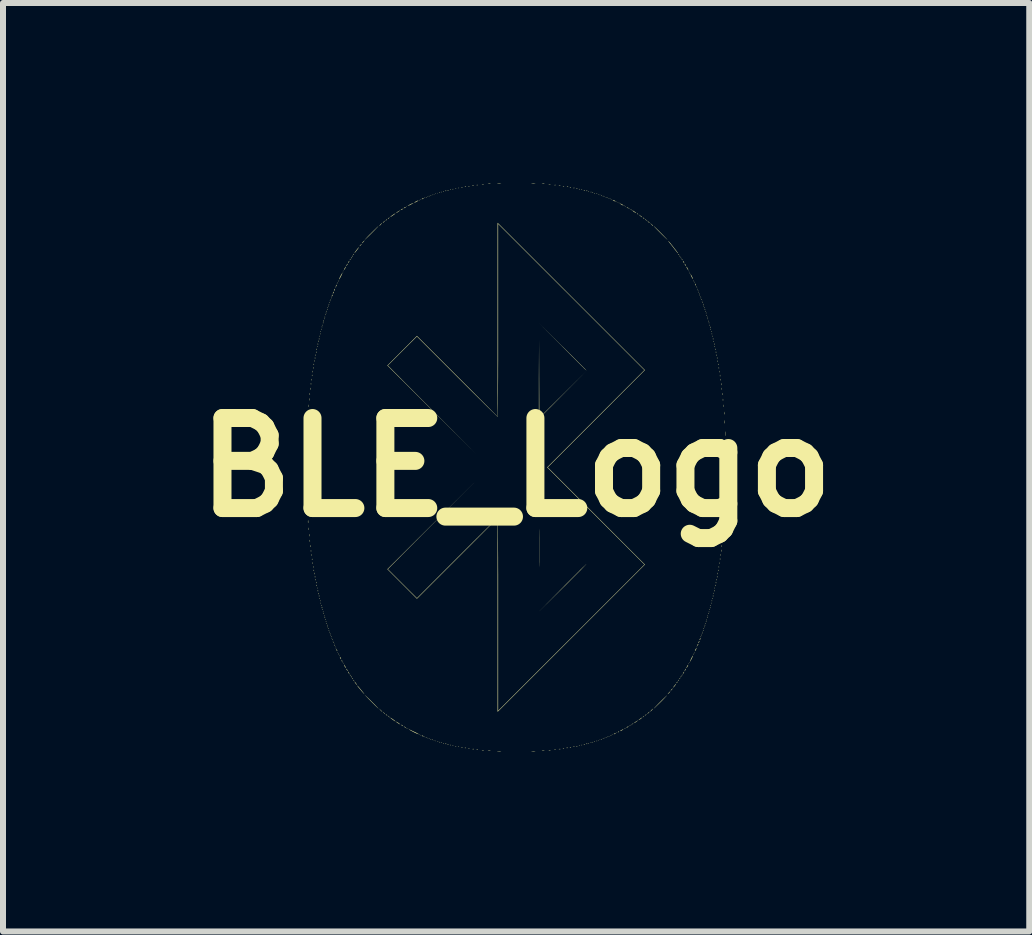
<source format=kicad_pcb>
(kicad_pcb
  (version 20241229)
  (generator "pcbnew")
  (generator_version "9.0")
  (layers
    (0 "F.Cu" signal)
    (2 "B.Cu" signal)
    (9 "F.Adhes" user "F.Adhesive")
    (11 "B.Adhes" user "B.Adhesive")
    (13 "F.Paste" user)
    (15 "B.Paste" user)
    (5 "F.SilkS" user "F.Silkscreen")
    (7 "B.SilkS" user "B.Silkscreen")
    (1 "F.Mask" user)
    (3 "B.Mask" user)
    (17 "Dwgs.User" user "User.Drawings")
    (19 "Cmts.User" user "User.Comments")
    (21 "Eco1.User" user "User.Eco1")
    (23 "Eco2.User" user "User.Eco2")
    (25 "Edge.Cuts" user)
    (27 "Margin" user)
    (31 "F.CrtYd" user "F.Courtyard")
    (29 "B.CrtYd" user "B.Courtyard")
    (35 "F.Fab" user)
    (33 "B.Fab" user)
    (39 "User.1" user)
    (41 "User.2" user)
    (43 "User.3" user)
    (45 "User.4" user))
  (footprint "BLE_Logo"
    (layer "F.Cu")
    (at 5.55 4.737)
    (property "Reference" "BLE_Logo" (at 0 0 0) (layer "F.SilkS") (effects (font (size 1.5 1.5) (thickness 0.3))))
    (attr board_only exclude_from_pos_files exclude_from_bom)
    (fp_poly (pts (xy -3.094 2.77) (xy -3.099 2.775) (xy -3.104 2.77) (xy -3.099 2.765)) (stroke (width 0) (type solid)) (fill yes) (layer "F.SilkS"))
    (fp_poly (pts (xy -3.084 -2.799) (xy -3.089 -2.794) (xy -3.094 -2.799) (xy -3.089 -2.804)) (stroke (width 0) (type solid)) (fill yes) (layer "F.SilkS"))
    (fp_poly (pts (xy -3.065 2.847) (xy -3.07 2.852) (xy -3.075 2.847) (xy -3.07 2.843)) (stroke (width 0) (type solid)) (fill yes) (layer "F.SilkS"))
    (fp_poly (pts (xy -3.046 2.896) (xy -3.051 2.901) (xy -3.055 2.896) (xy -3.051 2.891)) (stroke (width 0) (type solid)) (fill yes) (layer "F.SilkS"))
    (fp_poly (pts (xy -3.026 2.944) (xy -3.031 2.949) (xy -3.036 2.944) (xy -3.031 2.939)) (stroke (width 0) (type solid)) (fill yes) (layer "F.SilkS"))
    (fp_poly (pts (xy -3.007 -2.993) (xy -3.012 -2.988) (xy -3.017 -2.993) (xy -3.012 -2.997)) (stroke (width 0) (type solid)) (fill yes) (layer "F.SilkS"))
    (fp_poly (pts (xy -3.007 2.993) (xy -3.012 2.997) (xy -3.017 2.993) (xy -3.012 2.988)) (stroke (width 0) (type solid)) (fill yes) (layer "F.SilkS"))
    (fp_poly (pts (xy -2.997 3.012) (xy -3.002 3.017) (xy -3.007 3.012) (xy -3.002 3.007)) (stroke (width 0) (type solid)) (fill yes) (layer "F.SilkS"))
    (fp_poly (pts (xy -2.978 -3.06) (xy -2.983 -3.055) (xy -2.988 -3.06) (xy -2.983 -3.065)) (stroke (width 0) (type solid)) (fill yes) (layer "F.SilkS"))
    (fp_poly (pts (xy -2.968 -3.08) (xy -2.973 -3.075) (xy -2.978 -3.08) (xy -2.973 -3.084)) (stroke (width 0) (type solid)) (fill yes) (layer "F.SilkS"))
    (fp_poly (pts (xy -2.968 3.08) (xy -2.973 3.084) (xy -2.978 3.08) (xy -2.973 3.075)) (stroke (width 0) (type solid)) (fill yes) (layer "F.SilkS"))
    (fp_poly (pts (xy -2.959 -3.099) (xy -2.963 -3.094) (xy -2.968 -3.099) (xy -2.963 -3.104)) (stroke (width 0) (type solid)) (fill yes) (layer "F.SilkS"))
    (fp_poly (pts (xy -2.959 3.099) (xy -2.963 3.104) (xy -2.968 3.099) (xy -2.963 3.094)) (stroke (width 0) (type solid)) (fill yes) (layer "F.SilkS"))
    (fp_poly (pts (xy -2.949 -3.118) (xy -2.954 -3.113) (xy -2.959 -3.118) (xy -2.954 -3.123)) (stroke (width 0) (type solid)) (fill yes) (layer "F.SilkS"))
    (fp_poly (pts (xy -2.949 3.118) (xy -2.954 3.123) (xy -2.959 3.118) (xy -2.954 3.113)) (stroke (width 0) (type solid)) (fill yes) (layer "F.SilkS"))
    (fp_poly (pts (xy -2.939 3.138) (xy -2.944 3.142) (xy -2.949 3.138) (xy -2.944 3.133)) (stroke (width 0) (type solid)) (fill yes) (layer "F.SilkS"))
    (fp_poly (pts (xy -2.881 -3.254) (xy -2.886 -3.249) (xy -2.891 -3.254) (xy -2.886 -3.258)) (stroke (width 0) (type solid)) (fill yes) (layer "F.SilkS"))
    (fp_poly (pts (xy -2.881 3.254) (xy -2.886 3.258) (xy -2.891 3.254) (xy -2.886 3.249)) (stroke (width 0) (type solid)) (fill yes) (layer "F.SilkS"))
    (fp_poly (pts (xy -2.872 -3.273) (xy -2.876 -3.268) (xy -2.881 -3.273) (xy -2.876 -3.278)) (stroke (width 0) (type solid)) (fill yes) (layer "F.SilkS"))
    (fp_poly (pts (xy -2.872 3.273) (xy -2.876 3.278) (xy -2.881 3.273) (xy -2.876 3.268)) (stroke (width 0) (type solid)) (fill yes) (layer "F.SilkS"))
    (fp_poly (pts (xy -1.818 -4.346) (xy -1.823 -4.341) (xy -1.827 -4.346) (xy -1.823 -4.351)) (stroke (width 0) (type solid)) (fill yes) (layer "F.SilkS"))
    (fp_poly (pts (xy -1.818 4.346) (xy -1.823 4.351) (xy -1.827 4.346) (xy -1.823 4.341)) (stroke (width 0) (type solid)) (fill yes) (layer "F.SilkS"))
    (fp_poly (pts (xy -1.798 4.356) (xy -1.803 4.361) (xy -1.808 4.356) (xy -1.803 4.351)) (stroke (width 0) (type solid)) (fill yes) (layer "F.SilkS"))
    (fp_poly (pts (xy -1.605 -4.452) (xy -1.61 -4.448) (xy -1.615 -4.452) (xy -1.61 -4.457)) (stroke (width 0) (type solid)) (fill yes) (layer "F.SilkS"))
    (fp_poly (pts (xy -1.605 4.452) (xy -1.61 4.457) (xy -1.615 4.452) (xy -1.61 4.448)) (stroke (width 0) (type solid)) (fill yes) (layer "F.SilkS"))
    (fp_poly (pts (xy -1.586 -4.462) (xy -1.591 -4.457) (xy -1.595 -4.462) (xy -1.591 -4.467)) (stroke (width 0) (type solid)) (fill yes) (layer "F.SilkS"))
    (fp_poly (pts (xy -1.586 4.462) (xy -1.591 4.467) (xy -1.595 4.462) (xy -1.591 4.457)) (stroke (width 0) (type solid)) (fill yes) (layer "F.SilkS"))
    (fp_poly (pts (xy -1.518 -4.491) (xy -1.523 -4.486) (xy -1.528 -4.491) (xy -1.523 -4.496)) (stroke (width 0) (type solid)) (fill yes) (layer "F.SilkS"))
    (fp_poly (pts (xy -1.518 4.491) (xy -1.523 4.496) (xy -1.528 4.491) (xy -1.523 4.486)) (stroke (width 0) (type solid)) (fill yes) (layer "F.SilkS"))
    (fp_poly (pts (xy -1.47 -4.511) (xy -1.474 -4.506) (xy -1.479 -4.511) (xy -1.474 -4.515)) (stroke (width 0) (type solid)) (fill yes) (layer "F.SilkS"))
    (fp_poly (pts (xy -1.47 4.511) (xy -1.474 4.515) (xy -1.479 4.511) (xy -1.474 4.506)) (stroke (width 0) (type solid)) (fill yes) (layer "F.SilkS"))
    (fp_poly (pts (xy -1.392 -4.54) (xy -1.397 -4.535) (xy -1.402 -4.54) (xy -1.397 -4.544)) (stroke (width 0) (type solid)) (fill yes) (layer "F.SilkS"))
    (fp_poly (pts (xy -1.363 -4.549) (xy -1.368 -4.544) (xy -1.373 -4.549) (xy -1.368 -4.554)) (stroke (width 0) (type solid)) (fill yes) (layer "F.SilkS"))
    (fp_poly (pts (xy -1.363 4.549) (xy -1.368 4.554) (xy -1.373 4.549) (xy -1.368 4.544)) (stroke (width 0) (type solid)) (fill yes) (layer "F.SilkS"))
    (fp_poly (pts (xy -1.334 -4.559) (xy -1.339 -4.554) (xy -1.344 -4.559) (xy -1.339 -4.564)) (stroke (width 0) (type solid)) (fill yes) (layer "F.SilkS"))
    (fp_poly (pts (xy -1.334 4.559) (xy -1.339 4.564) (xy -1.344 4.559) (xy -1.339 4.554)) (stroke (width 0) (type solid)) (fill yes) (layer "F.SilkS"))
    (fp_poly (pts (xy -1.305 -4.569) (xy -1.31 -4.564) (xy -1.315 -4.569) (xy -1.31 -4.573)) (stroke (width 0) (type solid)) (fill yes) (layer "F.SilkS"))
    (fp_poly (pts (xy 1.373 -4.549) (xy 1.368 -4.544) (xy 1.363 -4.549) (xy 1.368 -4.554)) (stroke (width 0) (type solid)) (fill yes) (layer "F.SilkS"))
    (fp_poly (pts (xy 1.373 4.549) (xy 1.368 4.554) (xy 1.363 4.549) (xy 1.368 4.544)) (stroke (width 0) (type solid)) (fill yes) (layer "F.SilkS"))
    (fp_poly (pts (xy 1.402 -4.54) (xy 1.397 -4.535) (xy 1.392 -4.54) (xy 1.397 -4.544)) (stroke (width 0) (type solid)) (fill yes) (layer "F.SilkS"))
    (fp_poly (pts (xy 1.402 4.54) (xy 1.397 4.544) (xy 1.392 4.54) (xy 1.397 4.535)) (stroke (width 0) (type solid)) (fill yes) (layer "F.SilkS"))
    (fp_poly (pts (xy 1.479 -4.511) (xy 1.474 -4.506) (xy 1.47 -4.511) (xy 1.474 -4.515)) (stroke (width 0) (type solid)) (fill yes) (layer "F.SilkS"))
    (fp_poly (pts (xy 1.479 4.511) (xy 1.474 4.515) (xy 1.47 4.511) (xy 1.474 4.506)) (stroke (width 0) (type solid)) (fill yes) (layer "F.SilkS"))
    (fp_poly (pts (xy 1.528 -4.491) (xy 1.523 -4.486) (xy 1.518 -4.491) (xy 1.523 -4.496)) (stroke (width 0) (type solid)) (fill yes) (layer "F.SilkS"))
    (fp_poly (pts (xy 1.528 4.491) (xy 1.523 4.496) (xy 1.518 4.491) (xy 1.523 4.486)) (stroke (width 0) (type solid)) (fill yes) (layer "F.SilkS"))
    (fp_poly (pts (xy 1.576 -4.472) (xy 1.571 -4.467) (xy 1.566 -4.472) (xy 1.571 -4.477)) (stroke (width 0) (type solid)) (fill yes) (layer "F.SilkS"))
    (fp_poly (pts (xy 1.576 4.472) (xy 1.571 4.477) (xy 1.566 4.472) (xy 1.571 4.467)) (stroke (width 0) (type solid)) (fill yes) (layer "F.SilkS"))
    (fp_poly (pts (xy 1.595 -4.462) (xy 1.591 -4.457) (xy 1.586 -4.462) (xy 1.591 -4.467)) (stroke (width 0) (type solid)) (fill yes) (layer "F.SilkS"))
    (fp_poly (pts (xy 1.595 4.462) (xy 1.591 4.467) (xy 1.586 4.462) (xy 1.591 4.457)) (stroke (width 0) (type solid)) (fill yes) (layer "F.SilkS"))
    (fp_poly (pts (xy 1.615 4.452) (xy 1.61 4.457) (xy 1.605 4.452) (xy 1.61 4.448)) (stroke (width 0) (type solid)) (fill yes) (layer "F.SilkS"))
    (fp_poly (pts (xy 1.682 -4.423) (xy 1.678 -4.419) (xy 1.673 -4.423) (xy 1.678 -4.428)) (stroke (width 0) (type solid)) (fill yes) (layer "F.SilkS"))
    (fp_poly (pts (xy 1.682 4.423) (xy 1.678 4.428) (xy 1.673 4.423) (xy 1.678 4.419)) (stroke (width 0) (type solid)) (fill yes) (layer "F.SilkS"))
    (fp_poly (pts (xy 1.702 -4.414) (xy 1.697 -4.409) (xy 1.692 -4.414) (xy 1.697 -4.419)) (stroke (width 0) (type solid)) (fill yes) (layer "F.SilkS"))
    (fp_poly (pts (xy 1.721 -4.404) (xy 1.716 -4.399) (xy 1.711 -4.404) (xy 1.716 -4.409)) (stroke (width 0) (type solid)) (fill yes) (layer "F.SilkS"))
    (fp_poly (pts (xy 1.808 -4.356) (xy 1.803 -4.351) (xy 1.798 -4.356) (xy 1.803 -4.361)) (stroke (width 0) (type solid)) (fill yes) (layer "F.SilkS"))
    (fp_poly (pts (xy 1.808 4.356) (xy 1.803 4.361) (xy 1.798 4.356) (xy 1.803 4.351)) (stroke (width 0) (type solid)) (fill yes) (layer "F.SilkS"))
    (fp_poly (pts (xy 1.827 -4.346) (xy 1.823 -4.341) (xy 1.818 -4.346) (xy 1.823 -4.351)) (stroke (width 0) (type solid)) (fill yes) (layer "F.SilkS"))
    (fp_poly (pts (xy 1.827 4.346) (xy 1.823 4.351) (xy 1.818 4.346) (xy 1.823 4.341)) (stroke (width 0) (type solid)) (fill yes) (layer "F.SilkS"))
    (fp_poly (pts (xy 1.895 -4.307) (xy 1.89 -4.303) (xy 1.885 -4.307) (xy 1.89 -4.312)) (stroke (width 0) (type solid)) (fill yes) (layer "F.SilkS"))
    (fp_poly (pts (xy 1.895 4.307) (xy 1.89 4.312) (xy 1.885 4.307) (xy 1.89 4.303)) (stroke (width 0) (type solid)) (fill yes) (layer "F.SilkS"))
    (fp_poly (pts (xy 2.881 -3.273) (xy 2.876 -3.268) (xy 2.872 -3.273) (xy 2.876 -3.278)) (stroke (width 0) (type solid)) (fill yes) (layer "F.SilkS"))
    (fp_poly (pts (xy 2.881 3.273) (xy 2.876 3.278) (xy 2.872 3.273) (xy 2.876 3.268)) (stroke (width 0) (type solid)) (fill yes) (layer "F.SilkS"))
    (fp_poly (pts (xy 2.891 -3.254) (xy 2.886 -3.249) (xy 2.881 -3.254) (xy 2.886 -3.258)) (stroke (width 0) (type solid)) (fill yes) (layer "F.SilkS"))
    (fp_poly (pts (xy 2.891 3.254) (xy 2.886 3.258) (xy 2.881 3.254) (xy 2.886 3.249)) (stroke (width 0) (type solid)) (fill yes) (layer "F.SilkS"))
    (fp_poly (pts (xy 2.901 -3.234) (xy 2.896 -3.229) (xy 2.891 -3.234) (xy 2.896 -3.239)) (stroke (width 0) (type solid)) (fill yes) (layer "F.SilkS"))
    (fp_poly (pts (xy 2.959 -3.118) (xy 2.954 -3.113) (xy 2.949 -3.118) (xy 2.954 -3.123)) (stroke (width 0) (type solid)) (fill yes) (layer "F.SilkS"))
    (fp_poly (pts (xy 2.959 3.118) (xy 2.954 3.123) (xy 2.949 3.118) (xy 2.954 3.113)) (stroke (width 0) (type solid)) (fill yes) (layer "F.SilkS"))
    (fp_poly (pts (xy 2.968 -3.099) (xy 2.963 -3.094) (xy 2.959 -3.099) (xy 2.963 -3.104)) (stroke (width 0) (type solid)) (fill yes) (layer "F.SilkS"))
    (fp_poly (pts (xy 2.968 3.099) (xy 2.963 3.104) (xy 2.959 3.099) (xy 2.963 3.094)) (stroke (width 0) (type solid)) (fill yes) (layer "F.SilkS"))
    (fp_poly (pts (xy 2.978 -3.08) (xy 2.973 -3.075) (xy 2.968 -3.08) (xy 2.973 -3.084)) (stroke (width 0) (type solid)) (fill yes) (layer "F.SilkS"))
    (fp_poly (pts (xy 2.978 3.08) (xy 2.973 3.084) (xy 2.968 3.08) (xy 2.973 3.075)) (stroke (width 0) (type solid)) (fill yes) (layer "F.SilkS"))
    (fp_poly (pts (xy 3.007 -3.012) (xy 3.002 -3.007) (xy 2.997 -3.012) (xy 3.002 -3.017)) (stroke (width 0) (type solid)) (fill yes) (layer "F.SilkS"))
    (fp_poly (pts (xy 3.017 -2.993) (xy 3.012 -2.988) (xy 3.007 -2.993) (xy 3.012 -2.997)) (stroke (width 0) (type solid)) (fill yes) (layer "F.SilkS"))
    (fp_poly (pts (xy 3.017 2.993) (xy 3.012 2.997) (xy 3.007 2.993) (xy 3.012 2.988)) (stroke (width 0) (type solid)) (fill yes) (layer "F.SilkS"))
    (fp_poly (pts (xy 3.036 -2.944) (xy 3.031 -2.939) (xy 3.026 -2.944) (xy 3.031 -2.949)) (stroke (width 0) (type solid)) (fill yes) (layer "F.SilkS"))
    (fp_poly (pts (xy 3.055 -2.896) (xy 3.051 -2.891) (xy 3.046 -2.896) (xy 3.051 -2.901)) (stroke (width 0) (type solid)) (fill yes) (layer "F.SilkS"))
    (fp_poly (pts (xy 3.075 -2.847) (xy 3.07 -2.843) (xy 3.065 -2.847) (xy 3.07 -2.852)) (stroke (width 0) (type solid)) (fill yes) (layer "F.SilkS"))
    (fp_poly (pts (xy 3.104 -2.77) (xy 3.099 -2.765) (xy 3.094 -2.77) (xy 3.099 -2.775)) (stroke (width 0) (type solid)) (fill yes) (layer "F.SilkS"))
    (fp_poly (pts (xy 3.104 2.77) (xy 3.099 2.775) (xy 3.094 2.77) (xy 3.099 2.765)) (stroke (width 0) (type solid)) (fill yes) (layer "F.SilkS"))
    (fp_poly (pts (xy -3.416 -1.404) (xy -3.415 -1.385) (xy -3.416 -1.38) (xy -3.42 -1.379) (xy -3.421 -1.392) (xy -3.42 -1.406)) (stroke (width 0) (type solid)) (fill yes) (layer "F.SilkS"))
    (fp_poly (pts (xy -3.416 1.38) (xy -3.415 1.4) (xy -3.416 1.404) (xy -3.42 1.406) (xy -3.421 1.392) (xy -3.42 1.379)) (stroke (width 0) (type solid)) (fill yes) (layer "F.SilkS"))
    (fp_poly (pts (xy -3.407 -1.472) (xy -3.405 -1.452) (xy -3.407 -1.448) (xy -3.41 -1.447) (xy -3.412 -1.46) (xy -3.41 -1.474)) (stroke (width 0) (type solid)) (fill yes) (layer "F.SilkS"))
    (fp_poly (pts (xy -3.407 1.448) (xy -3.405 1.468) (xy -3.407 1.472) (xy -3.41 1.473) (xy -3.412 1.46) (xy -3.41 1.446)) (stroke (width 0) (type solid)) (fill yes) (layer "F.SilkS"))
    (fp_poly (pts (xy -3.397 -1.539) (xy -3.396 -1.524) (xy -3.398 -1.521) (xy -3.402 -1.524) (xy -3.403 -1.533) (xy -3.4 -1.544)) (stroke (width 0) (type solid)) (fill yes) (layer "F.SilkS"))
    (fp_poly (pts (xy -3.397 1.526) (xy -3.396 1.541) (xy -3.398 1.544) (xy -3.402 1.542) (xy -3.403 1.532) (xy -3.4 1.521)) (stroke (width 0) (type solid)) (fill yes) (layer "F.SilkS"))
    (fp_poly (pts (xy -3.387 -1.607) (xy -3.386 -1.588) (xy -3.387 -1.583) (xy -3.391 -1.582) (xy -3.392 -1.595) (xy -3.391 -1.609)) (stroke (width 0) (type solid)) (fill yes) (layer "F.SilkS"))
    (fp_poly (pts (xy -3.387 1.583) (xy -3.386 1.603) (xy -3.387 1.607) (xy -3.391 1.609) (xy -3.392 1.595) (xy -3.391 1.582)) (stroke (width 0) (type solid)) (fill yes) (layer "F.SilkS"))
    (fp_poly (pts (xy -3.377 -1.665) (xy -3.376 -1.65) (xy -3.378 -1.646) (xy -3.383 -1.649) (xy -3.383 -1.659) (xy -3.381 -1.669)) (stroke (width 0) (type solid)) (fill yes) (layer "F.SilkS"))
    (fp_poly (pts (xy -3.377 1.652) (xy -3.376 1.667) (xy -3.378 1.67) (xy -3.383 1.667) (xy -3.383 1.657) (xy -3.381 1.647)) (stroke (width 0) (type solid)) (fill yes) (layer "F.SilkS"))
    (fp_poly (pts (xy -3.368 -1.723) (xy -3.367 -1.708) (xy -3.369 -1.704) (xy -3.373 -1.707) (xy -3.374 -1.717) (xy -3.371 -1.727)) (stroke (width 0) (type solid)) (fill yes) (layer "F.SilkS"))
    (fp_poly (pts (xy -3.368 1.71) (xy -3.367 1.725) (xy -3.369 1.728) (xy -3.373 1.725) (xy -3.374 1.715) (xy -3.371 1.705)) (stroke (width 0) (type solid)) (fill yes) (layer "F.SilkS"))
    (fp_poly (pts (xy -3.358 1.757) (xy -3.357 1.777) (xy -3.358 1.781) (xy -3.362 1.783) (xy -3.363 1.769) (xy -3.362 1.756)) (stroke (width 0) (type solid)) (fill yes) (layer "F.SilkS"))
    (fp_poly (pts (xy -3.358 -1.781) (xy -3.357 -1.766) (xy -3.359 -1.762) (xy -3.363 -1.765) (xy -3.364 -1.775) (xy -3.362 -1.785)) (stroke (width 0) (type solid)) (fill yes) (layer "F.SilkS"))
    (fp_poly (pts (xy -3.348 -1.829) (xy -3.347 -1.814) (xy -3.349 -1.811) (xy -3.354 -1.814) (xy -3.354 -1.823) (xy -3.352 -1.834)) (stroke (width 0) (type solid)) (fill yes) (layer "F.SilkS"))
    (fp_poly (pts (xy -3.348 1.816) (xy -3.347 1.831) (xy -3.349 1.834) (xy -3.354 1.832) (xy -3.354 1.822) (xy -3.352 1.811)) (stroke (width 0) (type solid)) (fill yes) (layer "F.SilkS"))
    (fp_poly (pts (xy -3.339 -1.878) (xy -3.338 -1.862) (xy -3.34 -1.859) (xy -3.344 -1.862) (xy -3.345 -1.872) (xy -3.342 -1.882)) (stroke (width 0) (type solid)) (fill yes) (layer "F.SilkS"))
    (fp_poly (pts (xy -3.339 1.864) (xy -3.338 1.879) (xy -3.34 1.883) (xy -3.344 1.88) (xy -3.345 1.87) (xy -3.342 1.86)) (stroke (width 0) (type solid)) (fill yes) (layer "F.SilkS"))
    (fp_poly (pts (xy -3.329 -1.926) (xy -3.328 -1.911) (xy -3.33 -1.907) (xy -3.334 -1.91) (xy -3.335 -1.92) (xy -3.333 -1.93)) (stroke (width 0) (type solid)) (fill yes) (layer "F.SilkS"))
    (fp_poly (pts (xy -3.329 1.913) (xy -3.328 1.928) (xy -3.33 1.931) (xy -3.334 1.928) (xy -3.335 1.918) (xy -3.333 1.908)) (stroke (width 0) (type solid)) (fill yes) (layer "F.SilkS"))
    (fp_poly (pts (xy -3.319 -1.974) (xy -3.318 -1.959) (xy -3.32 -1.956) (xy -3.325 -1.959) (xy -3.325 -1.968) (xy -3.323 -1.979)) (stroke (width 0) (type solid)) (fill yes) (layer "F.SilkS"))
    (fp_poly (pts (xy -3.319 1.961) (xy -3.318 1.976) (xy -3.32 1.979) (xy -3.325 1.977) (xy -3.325 1.967) (xy -3.323 1.956)) (stroke (width 0) (type solid)) (fill yes) (layer "F.SilkS"))
    (fp_poly (pts (xy -3.31 -2.018) (xy -3.309 -2.006) (xy -3.31 -2.005) (xy -3.316 -2.006) (xy -3.316 -2.011) (xy -3.313 -2.019)) (stroke (width 0) (type solid)) (fill yes) (layer "F.SilkS"))
    (fp_poly (pts (xy -3.31 2.005) (xy -3.309 2.016) (xy -3.31 2.018) (xy -3.316 2.016) (xy -3.316 2.011) (xy -3.313 2.003)) (stroke (width 0) (type solid)) (fill yes) (layer "F.SilkS"))
    (fp_poly (pts (xy -3.3 -2.061) (xy -3.299 -2.046) (xy -3.301 -2.043) (xy -3.305 -2.046) (xy -3.306 -2.055) (xy -3.304 -2.066)) (stroke (width 0) (type solid)) (fill yes) (layer "F.SilkS"))
    (fp_poly (pts (xy -3.3 2.048) (xy -3.299 2.063) (xy -3.301 2.067) (xy -3.305 2.064) (xy -3.306 2.054) (xy -3.304 2.044)) (stroke (width 0) (type solid)) (fill yes) (layer "F.SilkS"))
    (fp_poly (pts (xy -3.29 -2.11) (xy -3.289 -2.095) (xy -3.291 -2.091) (xy -3.296 -2.094) (xy -3.296 -2.104) (xy -3.294 -2.114)) (stroke (width 0) (type solid)) (fill yes) (layer "F.SilkS"))
    (fp_poly (pts (xy -3.29 2.096) (xy -3.289 2.111) (xy -3.291 2.115) (xy -3.296 2.112) (xy -3.296 2.102) (xy -3.294 2.092)) (stroke (width 0) (type solid)) (fill yes) (layer "F.SilkS"))
    (fp_poly (pts (xy -3.281 -2.148) (xy -3.28 -2.133) (xy -3.282 -2.13) (xy -3.286 -2.133) (xy -3.287 -2.142) (xy -3.284 -2.153)) (stroke (width 0) (type solid)) (fill yes) (layer "F.SilkS"))
    (fp_poly (pts (xy -3.281 2.135) (xy -3.28 2.15) (xy -3.282 2.154) (xy -3.286 2.151) (xy -3.287 2.141) (xy -3.284 2.131)) (stroke (width 0) (type solid)) (fill yes) (layer "F.SilkS"))
    (fp_poly (pts (xy -3.271 -2.192) (xy -3.27 -2.18) (xy -3.271 -2.179) (xy -3.277 -2.18) (xy -3.278 -2.185) (xy -3.274 -2.193)) (stroke (width 0) (type solid)) (fill yes) (layer "F.SilkS"))
    (fp_poly (pts (xy -3.271 2.179) (xy -3.27 2.19) (xy -3.271 2.192) (xy -3.277 2.19) (xy -3.278 2.185) (xy -3.274 2.177)) (stroke (width 0) (type solid)) (fill yes) (layer "F.SilkS"))
    (fp_poly (pts (xy -3.262 -2.23) (xy -3.26 -2.219) (xy -3.262 -2.217) (xy -3.267 -2.219) (xy -3.268 -2.224) (xy -3.265 -2.232)) (stroke (width 0) (type solid)) (fill yes) (layer "F.SilkS"))
    (fp_poly (pts (xy -3.262 2.217) (xy -3.26 2.229) (xy -3.262 2.23) (xy -3.267 2.229) (xy -3.268 2.224) (xy -3.265 2.216)) (stroke (width 0) (type solid)) (fill yes) (layer "F.SilkS"))
    (fp_poly (pts (xy -3.252 -2.269) (xy -3.251 -2.257) (xy -3.252 -2.256) (xy -3.258 -2.257) (xy -3.258 -2.263) (xy -3.255 -2.27)) (stroke (width 0) (type solid)) (fill yes) (layer "F.SilkS"))
    (fp_poly (pts (xy -3.252 2.256) (xy -3.251 2.268) (xy -3.252 2.269) (xy -3.258 2.268) (xy -3.258 2.263) (xy -3.255 2.255)) (stroke (width 0) (type solid)) (fill yes) (layer "F.SilkS"))
    (fp_poly (pts (xy -3.242 -2.308) (xy -3.241 -2.296) (xy -3.242 -2.295) (xy -3.248 -2.296) (xy -3.249 -2.301) (xy -3.245 -2.309)) (stroke (width 0) (type solid)) (fill yes) (layer "F.SilkS"))
    (fp_poly (pts (xy -3.242 2.295) (xy -3.241 2.306) (xy -3.242 2.308) (xy -3.248 2.306) (xy -3.249 2.301) (xy -3.245 2.293)) (stroke (width 0) (type solid)) (fill yes) (layer "F.SilkS"))
    (fp_poly (pts (xy -3.233 -2.346) (xy -3.231 -2.335) (xy -3.233 -2.333) (xy -3.238 -2.335) (xy -3.239 -2.34) (xy -3.236 -2.348)) (stroke (width 0) (type solid)) (fill yes) (layer "F.SilkS"))
    (fp_poly (pts (xy -3.232 2.328) (xy -3.231 2.343) (xy -3.233 2.347) (xy -3.238 2.344) (xy -3.238 2.334) (xy -3.236 2.324)) (stroke (width 0) (type solid)) (fill yes) (layer "F.SilkS"))
    (fp_poly (pts (xy -3.223 -2.375) (xy -3.222 -2.364) (xy -3.223 -2.362) (xy -3.229 -2.364) (xy -3.229 -2.369) (xy -3.226 -2.377)) (stroke (width 0) (type solid)) (fill yes) (layer "F.SilkS"))
    (fp_poly (pts (xy -3.223 2.362) (xy -3.222 2.374) (xy -3.223 2.375) (xy -3.229 2.374) (xy -3.229 2.369) (xy -3.226 2.361)) (stroke (width 0) (type solid)) (fill yes) (layer "F.SilkS"))
    (fp_poly (pts (xy -3.213 -2.414) (xy -3.212 -2.403) (xy -3.213 -2.401) (xy -3.219 -2.402) (xy -3.22 -2.408) (xy -3.216 -2.415)) (stroke (width 0) (type solid)) (fill yes) (layer "F.SilkS"))
    (fp_poly (pts (xy -3.213 2.401) (xy -3.212 2.413) (xy -3.213 2.414) (xy -3.219 2.413) (xy -3.22 2.408) (xy -3.216 2.4)) (stroke (width 0) (type solid)) (fill yes) (layer "F.SilkS"))
    (fp_poly (pts (xy -3.204 2.43) (xy -3.202 2.442) (xy -3.204 2.443) (xy -3.209 2.442) (xy -3.21 2.437) (xy -3.207 2.429)) (stroke (width 0) (type solid)) (fill yes) (layer "F.SilkS"))
    (fp_poly (pts (xy -3.203 -2.448) (xy -3.202 -2.433) (xy -3.204 -2.429) (xy -3.209 -2.432) (xy -3.209 -2.442) (xy -3.207 -2.453)) (stroke (width 0) (type solid)) (fill yes) (layer "F.SilkS"))
    (fp_poly (pts (xy -3.194 -2.482) (xy -3.193 -2.47) (xy -3.194 -2.469) (xy -3.2 -2.47) (xy -3.2 -2.475) (xy -3.197 -2.483)) (stroke (width 0) (type solid)) (fill yes) (layer "F.SilkS"))
    (fp_poly (pts (xy -3.194 2.469) (xy -3.193 2.48) (xy -3.194 2.482) (xy -3.2 2.48) (xy -3.2 2.475) (xy -3.197 2.467)) (stroke (width 0) (type solid)) (fill yes) (layer "F.SilkS"))
    (fp_poly (pts (xy -3.184 -2.511) (xy -3.183 -2.499) (xy -3.184 -2.498) (xy -3.19 -2.499) (xy -3.191 -2.504) (xy -3.187 -2.512)) (stroke (width 0) (type solid)) (fill yes) (layer "F.SilkS"))
    (fp_poly (pts (xy -3.184 2.498) (xy -3.183 2.509) (xy -3.184 2.511) (xy -3.19 2.509) (xy -3.191 2.504) (xy -3.187 2.496)) (stroke (width 0) (type solid)) (fill yes) (layer "F.SilkS"))
    (fp_poly (pts (xy -3.175 -2.549) (xy -3.173 -2.538) (xy -3.175 -2.536) (xy -3.18 -2.538) (xy -3.181 -2.543) (xy -3.178 -2.551)) (stroke (width 0) (type solid)) (fill yes) (layer "F.SilkS"))
    (fp_poly (pts (xy -3.175 2.527) (xy -3.173 2.538) (xy -3.175 2.54) (xy -3.18 2.538) (xy -3.181 2.533) (xy -3.178 2.525)) (stroke (width 0) (type solid)) (fill yes) (layer "F.SilkS"))
    (fp_poly (pts (xy -3.165 -2.578) (xy -3.164 -2.567) (xy -3.165 -2.565) (xy -3.171 -2.567) (xy -3.171 -2.572) (xy -3.168 -2.58)) (stroke (width 0) (type solid)) (fill yes) (layer "F.SilkS"))
    (fp_poly (pts (xy -3.165 2.565) (xy -3.164 2.577) (xy -3.165 2.578) (xy -3.171 2.577) (xy -3.171 2.572) (xy -3.168 2.564)) (stroke (width 0) (type solid)) (fill yes) (layer "F.SilkS"))
    (fp_poly (pts (xy -3.155 -2.607) (xy -3.154 -2.596) (xy -3.155 -2.594) (xy -3.161 -2.596) (xy -3.162 -2.601) (xy -3.158 -2.609)) (stroke (width 0) (type solid)) (fill yes) (layer "F.SilkS"))
    (fp_poly (pts (xy -3.155 2.594) (xy -3.154 2.606) (xy -3.155 2.607) (xy -3.161 2.606) (xy -3.162 2.601) (xy -3.158 2.593)) (stroke (width 0) (type solid)) (fill yes) (layer "F.SilkS"))
    (fp_poly (pts (xy -3.146 -2.636) (xy -3.144 -2.625) (xy -3.146 -2.623) (xy -3.151 -2.625) (xy -3.152 -2.63) (xy -3.148 -2.638)) (stroke (width 0) (type solid)) (fill yes) (layer "F.SilkS"))
    (fp_poly (pts (xy -3.146 2.623) (xy -3.144 2.635) (xy -3.146 2.636) (xy -3.151 2.635) (xy -3.152 2.63) (xy -3.148 2.622)) (stroke (width 0) (type solid)) (fill yes) (layer "F.SilkS"))
    (fp_poly (pts (xy -3.136 -2.665) (xy -3.135 -2.654) (xy -3.136 -2.652) (xy -3.142 -2.654) (xy -3.142 -2.659) (xy -3.139 -2.667)) (stroke (width 0) (type solid)) (fill yes) (layer "F.SilkS"))
    (fp_poly (pts (xy -3.136 2.652) (xy -3.135 2.664) (xy -3.136 2.665) (xy -3.142 2.664) (xy -3.142 2.659) (xy -3.139 2.651)) (stroke (width 0) (type solid)) (fill yes) (layer "F.SilkS"))
    (fp_poly (pts (xy -3.126 -2.694) (xy -3.125 -2.683) (xy -3.126 -2.681) (xy -3.132 -2.683) (xy -3.133 -2.688) (xy -3.129 -2.696)) (stroke (width 0) (type solid)) (fill yes) (layer "F.SilkS"))
    (fp_poly (pts (xy -3.126 2.681) (xy -3.125 2.693) (xy -3.126 2.694) (xy -3.132 2.693) (xy -3.133 2.688) (xy -3.129 2.68)) (stroke (width 0) (type solid)) (fill yes) (layer "F.SilkS"))
    (fp_poly (pts (xy -3.117 -2.723) (xy -3.115 -2.712) (xy -3.117 -2.71) (xy -3.122 -2.712) (xy -3.123 -2.717) (xy -3.119 -2.725)) (stroke (width 0) (type solid)) (fill yes) (layer "F.SilkS"))
    (fp_poly (pts (xy -3.117 2.71) (xy -3.115 2.722) (xy -3.117 2.723) (xy -3.122 2.722) (xy -3.123 2.717) (xy -3.119 2.709)) (stroke (width 0) (type solid)) (fill yes) (layer "F.SilkS"))
    (fp_poly (pts (xy -3.107 -2.752) (xy -3.106 -2.741) (xy -3.107 -2.74) (xy -3.113 -2.741) (xy -3.113 -2.746) (xy -3.11 -2.754)) (stroke (width 0) (type solid)) (fill yes) (layer "F.SilkS"))
    (fp_poly (pts (xy -3.107 2.74) (xy -3.106 2.751) (xy -3.107 2.752) (xy -3.113 2.751) (xy -3.113 2.746) (xy -3.11 2.738)) (stroke (width 0) (type solid)) (fill yes) (layer "F.SilkS"))
    (fp_poly (pts (xy -3.097 -2.781) (xy -3.096 -2.77) (xy -3.097 -2.769) (xy -3.103 -2.77) (xy -3.104 -2.775) (xy -3.1 -2.783)) (stroke (width 0) (type solid)) (fill yes) (layer "F.SilkS"))
    (fp_poly (pts (xy -3.088 2.788) (xy -3.086 2.799) (xy -3.088 2.801) (xy -3.093 2.799) (xy -3.094 2.794) (xy -3.09 2.786)) (stroke (width 0) (type solid)) (fill yes) (layer "F.SilkS"))
    (fp_poly (pts (xy -3.078 -2.83) (xy -3.077 -2.818) (xy -3.078 -2.817) (xy -3.084 -2.818) (xy -3.084 -2.823) (xy -3.081 -2.831)) (stroke (width 0) (type solid)) (fill yes) (layer "F.SilkS"))
    (fp_poly (pts (xy -3.078 2.817) (xy -3.077 2.828) (xy -3.078 2.83) (xy -3.084 2.828) (xy -3.084 2.823) (xy -3.081 2.815)) (stroke (width 0) (type solid)) (fill yes) (layer "F.SilkS"))
    (fp_poly (pts (xy -3.059 2.865) (xy -3.057 2.877) (xy -3.059 2.878) (xy -3.064 2.877) (xy -3.065 2.872) (xy -3.061 2.864)) (stroke (width 0) (type solid)) (fill yes) (layer "F.SilkS"))
    (fp_poly (pts (xy -3.039 2.914) (xy -3.038 2.925) (xy -3.039 2.926) (xy -3.045 2.925) (xy -3.046 2.92) (xy -3.042 2.912)) (stroke (width 0) (type solid)) (fill yes) (layer "F.SilkS"))
    (fp_poly (pts (xy -3.02 2.962) (xy -3.019 2.973) (xy -3.02 2.975) (xy -3.026 2.973) (xy -3.026 2.968) (xy -3.023 2.96)) (stroke (width 0) (type solid)) (fill yes) (layer "F.SilkS"))
    (fp_poly (pts (xy -1.492 -4.502) (xy -1.494 -4.497) (xy -1.499 -4.496) (xy -1.507 -4.5) (xy -1.505 -4.502) (xy -1.494 -4.504)) (stroke (width 0) (type solid)) (fill yes) (layer "F.SilkS"))
    (fp_poly (pts (xy -1.492 4.499) (xy -1.494 4.505) (xy -1.499 4.506) (xy -1.507 4.502) (xy -1.505 4.499) (xy -1.494 4.498)) (stroke (width 0) (type solid)) (fill yes) (layer "F.SilkS"))
    (fp_poly (pts (xy -1.444 -4.522) (xy -1.445 -4.516) (xy -1.45 -4.515) (xy -1.458 -4.519) (xy -1.457 -4.522) (xy -1.445 -4.523)) (stroke (width 0) (type solid)) (fill yes) (layer "F.SilkS"))
    (fp_poly (pts (xy -1.444 4.519) (xy -1.445 4.524) (xy -1.45 4.525) (xy -1.458 4.521) (xy -1.457 4.519) (xy -1.445 4.517)) (stroke (width 0) (type solid)) (fill yes) (layer "F.SilkS"))
    (fp_poly (pts (xy -1.415 -4.531) (xy -1.416 -4.526) (xy -1.421 -4.525) (xy -1.429 -4.529) (xy -1.428 -4.531) (xy -1.416 -4.533)) (stroke (width 0) (type solid)) (fill yes) (layer "F.SilkS"))
    (fp_poly (pts (xy -1.415 4.528) (xy -1.416 4.534) (xy -1.421 4.535) (xy -1.429 4.531) (xy -1.428 4.528) (xy -1.416 4.527)) (stroke (width 0) (type solid)) (fill yes) (layer "F.SilkS"))
    (fp_poly (pts (xy -1.386 4.538) (xy -1.387 4.544) (xy -1.392 4.544) (xy -1.4 4.541) (xy -1.399 4.538) (xy -1.387 4.537)) (stroke (width 0) (type solid)) (fill yes) (layer "F.SilkS"))
    (fp_poly (pts (xy -1.299 4.567) (xy -1.3 4.573) (xy -1.305 4.573) (xy -1.313 4.57) (xy -1.312 4.567) (xy -1.3 4.566)) (stroke (width 0) (type solid)) (fill yes) (layer "F.SilkS"))
    (fp_poly (pts (xy -1.27 -4.58) (xy -1.271 -4.574) (xy -1.276 -4.573) (xy -1.284 -4.577) (xy -1.283 -4.58) (xy -1.271 -4.581)) (stroke (width 0) (type solid)) (fill yes) (layer "F.SilkS"))
    (fp_poly (pts (xy -1.27 4.577) (xy -1.271 4.582) (xy -1.276 4.583) (xy -1.284 4.579) (xy -1.283 4.577) (xy -1.271 4.575)) (stroke (width 0) (type solid)) (fill yes) (layer "F.SilkS"))
    (fp_poly (pts (xy -1.241 -4.589) (xy -1.242 -4.584) (xy -1.247 -4.583) (xy -1.255 -4.587) (xy -1.254 -4.589) (xy -1.242 -4.591)) (stroke (width 0) (type solid)) (fill yes) (layer "F.SilkS"))
    (fp_poly (pts (xy -1.241 4.586) (xy -1.242 4.592) (xy -1.247 4.593) (xy -1.255 4.589) (xy -1.254 4.586) (xy -1.242 4.585)) (stroke (width 0) (type solid)) (fill yes) (layer "F.SilkS"))
    (fp_poly (pts (xy -1.202 -4.599) (xy -1.203 -4.593) (xy -1.209 -4.593) (xy -1.217 -4.596) (xy -1.215 -4.599) (xy -1.204 -4.6)) (stroke (width 0) (type solid)) (fill yes) (layer "F.SilkS"))
    (fp_poly (pts (xy -1.202 4.596) (xy -1.203 4.602) (xy -1.209 4.602) (xy -1.217 4.599) (xy -1.215 4.596) (xy -1.204 4.595)) (stroke (width 0) (type solid)) (fill yes) (layer "F.SilkS"))
    (fp_poly (pts (xy -1.163 -4.608) (xy -1.166 -4.604) (xy -1.176 -4.603) (xy -1.186 -4.605) (xy -1.181 -4.609) (xy -1.166 -4.61)) (stroke (width 0) (type solid)) (fill yes) (layer "F.SilkS"))
    (fp_poly (pts (xy -1.163 4.606) (xy -1.166 4.611) (xy -1.176 4.611) (xy -1.186 4.609) (xy -1.181 4.605) (xy -1.166 4.604)) (stroke (width 0) (type solid)) (fill yes) (layer "F.SilkS"))
    (fp_poly (pts (xy -1.124 -4.618) (xy -1.127 -4.613) (xy -1.137 -4.613) (xy -1.147 -4.615) (xy -1.143 -4.619) (xy -1.128 -4.62)) (stroke (width 0) (type solid)) (fill yes) (layer "F.SilkS"))
    (fp_poly (pts (xy -1.124 4.616) (xy -1.127 4.62) (xy -1.137 4.621) (xy -1.147 4.619) (xy -1.143 4.615) (xy -1.128 4.614)) (stroke (width 0) (type solid)) (fill yes) (layer "F.SilkS"))
    (fp_poly (pts (xy -1.086 -4.628) (xy -1.087 -4.622) (xy -1.093 -4.622) (xy -1.101 -4.625) (xy -1.099 -4.628) (xy -1.088 -4.629)) (stroke (width 0) (type solid)) (fill yes) (layer "F.SilkS"))
    (fp_poly (pts (xy -1.086 4.625) (xy -1.087 4.631) (xy -1.093 4.631) (xy -1.101 4.628) (xy -1.099 4.625) (xy -1.088 4.624)) (stroke (width 0) (type solid)) (fill yes) (layer "F.SilkS"))
    (fp_poly (pts (xy -1.047 -4.638) (xy -1.049 -4.632) (xy -1.054 -4.631) (xy -1.062 -4.635) (xy -1.06 -4.638) (xy -1.049 -4.639)) (stroke (width 0) (type solid)) (fill yes) (layer "F.SilkS"))
    (fp_poly (pts (xy -1.047 4.635) (xy -1.049 4.64) (xy -1.054 4.641) (xy -1.062 4.637) (xy -1.06 4.635) (xy -1.049 4.633)) (stroke (width 0) (type solid)) (fill yes) (layer "F.SilkS"))
    (fp_poly (pts (xy -0.999 -4.647) (xy -1 -4.642) (xy -1.006 -4.641) (xy -1.014 -4.645) (xy -1.012 -4.647) (xy -1.001 -4.649)) (stroke (width 0) (type solid)) (fill yes) (layer "F.SilkS"))
    (fp_poly (pts (xy -0.999 4.644) (xy -1 4.65) (xy -1.006 4.651) (xy -1.014 4.647) (xy -1.012 4.644) (xy -1.001 4.643)) (stroke (width 0) (type solid)) (fill yes) (layer "F.SilkS"))
    (fp_poly (pts (xy -0.951 -4.657) (xy -0.952 -4.651) (xy -0.957 -4.651) (xy -0.965 -4.654) (xy -0.964 -4.657) (xy -0.952 -4.658)) (stroke (width 0) (type solid)) (fill yes) (layer "F.SilkS"))
    (fp_poly (pts (xy -0.951 4.654) (xy -0.952 4.66) (xy -0.957 4.66) (xy -0.965 4.657) (xy -0.964 4.654) (xy -0.952 4.653)) (stroke (width 0) (type solid)) (fill yes) (layer "F.SilkS"))
    (fp_poly (pts (xy -0.892 -4.666) (xy -0.895 -4.662) (xy -0.905 -4.661) (xy -0.915 -4.663) (xy -0.911 -4.667) (xy -0.896 -4.668)) (stroke (width 0) (type solid)) (fill yes) (layer "F.SilkS"))
    (fp_poly (pts (xy -0.892 4.664) (xy -0.895 4.669) (xy -0.905 4.669) (xy -0.915 4.667) (xy -0.911 4.663) (xy -0.896 4.662)) (stroke (width 0) (type solid)) (fill yes) (layer "F.SilkS"))
    (fp_poly (pts (xy -0.834 -4.676) (xy -0.837 -4.671) (xy -0.847 -4.671) (xy -0.857 -4.673) (xy -0.853 -4.677) (xy -0.838 -4.678)) (stroke (width 0) (type solid)) (fill yes) (layer "F.SilkS"))
    (fp_poly (pts (xy -0.834 4.674) (xy -0.837 4.678) (xy -0.847 4.679) (xy -0.857 4.677) (xy -0.853 4.673) (xy -0.838 4.672)) (stroke (width 0) (type solid)) (fill yes) (layer "F.SilkS"))
    (fp_poly (pts (xy -0.776 -4.686) (xy -0.779 -4.681) (xy -0.789 -4.68) (xy -0.799 -4.683) (xy -0.795 -4.686) (xy -0.78 -4.687)) (stroke (width 0) (type solid)) (fill yes) (layer "F.SilkS"))
    (fp_poly (pts (xy -0.776 4.684) (xy -0.779 4.688) (xy -0.789 4.689) (xy -0.799 4.686) (xy -0.795 4.683) (xy -0.78 4.682)) (stroke (width 0) (type solid)) (fill yes) (layer "F.SilkS"))
    (fp_poly (pts (xy -0.703 4.693) (xy -0.702 4.696) (xy -0.715 4.698) (xy -0.729 4.696) (xy -0.728 4.693) (xy -0.708 4.691)) (stroke (width 0) (type solid)) (fill yes) (layer "F.SilkS"))
    (fp_poly (pts (xy -0.636 -4.705) (xy -0.635 -4.702) (xy -0.648 -4.701) (xy -0.662 -4.702) (xy -0.66 -4.705) (xy -0.64 -4.707)) (stroke (width 0) (type solid)) (fill yes) (layer "F.SilkS"))
    (fp_poly (pts (xy -0.636 4.702) (xy -0.635 4.706) (xy -0.648 4.707) (xy -0.662 4.706) (xy -0.66 4.702) (xy -0.64 4.701)) (stroke (width 0) (type solid)) (fill yes) (layer "F.SilkS"))
    (fp_poly (pts (xy 0.66 -4.705) (xy 0.661 -4.702) (xy 0.648 -4.701) (xy 0.634 -4.702) (xy 0.636 -4.705) (xy 0.656 -4.707)) (stroke (width 0) (type solid)) (fill yes) (layer "F.SilkS"))
    (fp_poly (pts (xy 0.66 4.702) (xy 0.661 4.706) (xy 0.648 4.707) (xy 0.634 4.706) (xy 0.636 4.702) (xy 0.656 4.701)) (stroke (width 0) (type solid)) (fill yes) (layer "F.SilkS"))
    (fp_poly (pts (xy 0.737 -4.696) (xy 0.738 -4.692) (xy 0.725 -4.691) (xy 0.711 -4.692) (xy 0.713 -4.696) (xy 0.733 -4.697)) (stroke (width 0) (type solid)) (fill yes) (layer "F.SilkS"))
    (fp_poly (pts (xy 0.737 4.693) (xy 0.738 4.696) (xy 0.725 4.698) (xy 0.711 4.696) (xy 0.713 4.693) (xy 0.733 4.691)) (stroke (width 0) (type solid)) (fill yes) (layer "F.SilkS"))
    (fp_poly (pts (xy 0.8 -4.686) (xy 0.797 -4.681) (xy 0.787 -4.68) (xy 0.777 -4.683) (xy 0.781 -4.686) (xy 0.796 -4.687)) (stroke (width 0) (type solid)) (fill yes) (layer "F.SilkS"))
    (fp_poly (pts (xy 0.8 4.684) (xy 0.797 4.688) (xy 0.787 4.689) (xy 0.777 4.686) (xy 0.781 4.683) (xy 0.796 4.682)) (stroke (width 0) (type solid)) (fill yes) (layer "F.SilkS"))
    (fp_poly (pts (xy 0.863 4.673) (xy 0.864 4.677) (xy 0.851 4.678) (xy 0.837 4.677) (xy 0.839 4.673) (xy 0.859 4.672)) (stroke (width 0) (type solid)) (fill yes) (layer "F.SilkS"))
    (fp_poly (pts (xy 0.868 -4.676) (xy 0.865 -4.671) (xy 0.855 -4.671) (xy 0.845 -4.673) (xy 0.849 -4.677) (xy 0.864 -4.678)) (stroke (width 0) (type solid)) (fill yes) (layer "F.SilkS"))
    (fp_poly (pts (xy 0.916 -4.666) (xy 0.913 -4.662) (xy 0.903 -4.661) (xy 0.893 -4.663) (xy 0.897 -4.667) (xy 0.912 -4.668)) (stroke (width 0) (type solid)) (fill yes) (layer "F.SilkS"))
    (fp_poly (pts (xy 0.916 4.664) (xy 0.913 4.669) (xy 0.903 4.669) (xy 0.893 4.667) (xy 0.897 4.663) (xy 0.912 4.662)) (stroke (width 0) (type solid)) (fill yes) (layer "F.SilkS"))
    (fp_poly (pts (xy 0.974 -4.657) (xy 0.971 -4.652) (xy 0.961 -4.651) (xy 0.951 -4.654) (xy 0.955 -4.657) (xy 0.971 -4.658)) (stroke (width 0) (type solid)) (fill yes) (layer "F.SilkS"))
    (fp_poly (pts (xy 0.974 4.655) (xy 0.971 4.659) (xy 0.961 4.66) (xy 0.951 4.657) (xy 0.955 4.654) (xy 0.971 4.653)) (stroke (width 0) (type solid)) (fill yes) (layer "F.SilkS"))
    (fp_poly (pts (xy 1.022 -4.647) (xy 1.019 -4.642) (xy 1.01 -4.642) (xy 0.999 -4.644) (xy 1.004 -4.648) (xy 1.019 -4.649)) (stroke (width 0) (type solid)) (fill yes) (layer "F.SilkS"))
    (fp_poly (pts (xy 1.022 4.645) (xy 1.019 4.649) (xy 1.01 4.65) (xy 0.999 4.648) (xy 1.004 4.644) (xy 1.019 4.643)) (stroke (width 0) (type solid)) (fill yes) (layer "F.SilkS"))
    (fp_poly (pts (xy 1.06 -4.638) (xy 1.059 -4.632) (xy 1.054 -4.631) (xy 1.046 -4.635) (xy 1.047 -4.638) (xy 1.059 -4.639)) (stroke (width 0) (type solid)) (fill yes) (layer "F.SilkS"))
    (fp_poly (pts (xy 1.06 4.635) (xy 1.059 4.64) (xy 1.054 4.641) (xy 1.046 4.637) (xy 1.047 4.635) (xy 1.059 4.633)) (stroke (width 0) (type solid)) (fill yes) (layer "F.SilkS"))
    (fp_poly (pts (xy 1.099 -4.628) (xy 1.098 -4.622) (xy 1.093 -4.622) (xy 1.085 -4.625) (xy 1.086 -4.628) (xy 1.098 -4.629)) (stroke (width 0) (type solid)) (fill yes) (layer "F.SilkS"))
    (fp_poly (pts (xy 1.099 4.625) (xy 1.098 4.631) (xy 1.093 4.631) (xy 1.085 4.628) (xy 1.086 4.625) (xy 1.098 4.624)) (stroke (width 0) (type solid)) (fill yes) (layer "F.SilkS"))
    (fp_poly (pts (xy 1.148 -4.618) (xy 1.145 -4.613) (xy 1.135 -4.613) (xy 1.125 -4.615) (xy 1.129 -4.619) (xy 1.145 -4.62)) (stroke (width 0) (type solid)) (fill yes) (layer "F.SilkS"))
    (fp_poly (pts (xy 1.148 4.616) (xy 1.145 4.62) (xy 1.135 4.621) (xy 1.125 4.619) (xy 1.129 4.615) (xy 1.145 4.614)) (stroke (width 0) (type solid)) (fill yes) (layer "F.SilkS"))
    (fp_poly (pts (xy 1.187 -4.608) (xy 1.184 -4.604) (xy 1.174 -4.603) (xy 1.164 -4.605) (xy 1.168 -4.609) (xy 1.183 -4.61)) (stroke (width 0) (type solid)) (fill yes) (layer "F.SilkS"))
    (fp_poly (pts (xy 1.187 4.606) (xy 1.184 4.611) (xy 1.174 4.611) (xy 1.164 4.609) (xy 1.168 4.605) (xy 1.183 4.604)) (stroke (width 0) (type solid)) (fill yes) (layer "F.SilkS"))
    (fp_poly (pts (xy 1.215 -4.599) (xy 1.214 -4.593) (xy 1.209 -4.593) (xy 1.201 -4.596) (xy 1.202 -4.599) (xy 1.214 -4.6)) (stroke (width 0) (type solid)) (fill yes) (layer "F.SilkS"))
    (fp_poly (pts (xy 1.215 4.596) (xy 1.214 4.602) (xy 1.209 4.602) (xy 1.201 4.599) (xy 1.202 4.596) (xy 1.214 4.595)) (stroke (width 0) (type solid)) (fill yes) (layer "F.SilkS"))
    (fp_poly (pts (xy 1.254 -4.589) (xy 1.252 -4.584) (xy 1.247 -4.583) (xy 1.239 -4.587) (xy 1.241 -4.589) (xy 1.252 -4.591)) (stroke (width 0) (type solid)) (fill yes) (layer "F.SilkS"))
    (fp_poly (pts (xy 1.254 4.586) (xy 1.252 4.592) (xy 1.247 4.593) (xy 1.239 4.589) (xy 1.241 4.586) (xy 1.252 4.585)) (stroke (width 0) (type solid)) (fill yes) (layer "F.SilkS"))
    (fp_poly (pts (xy 1.283 -4.58) (xy 1.281 -4.574) (xy 1.276 -4.573) (xy 1.268 -4.577) (xy 1.27 -4.58) (xy 1.281 -4.581)) (stroke (width 0) (type solid)) (fill yes) (layer "F.SilkS"))
    (fp_poly (pts (xy 1.283 4.577) (xy 1.281 4.582) (xy 1.276 4.583) (xy 1.268 4.579) (xy 1.27 4.577) (xy 1.281 4.575)) (stroke (width 0) (type solid)) (fill yes) (layer "F.SilkS"))
    (fp_poly (pts (xy 1.312 -4.57) (xy 1.31 -4.564) (xy 1.305 -4.564) (xy 1.297 -4.567) (xy 1.299 -4.57) (xy 1.31 -4.571)) (stroke (width 0) (type solid)) (fill yes) (layer "F.SilkS"))
    (fp_poly (pts (xy 1.312 4.567) (xy 1.31 4.573) (xy 1.305 4.573) (xy 1.297 4.57) (xy 1.299 4.567) (xy 1.31 4.566)) (stroke (width 0) (type solid)) (fill yes) (layer "F.SilkS"))
    (fp_poly (pts (xy 1.35 -4.56) (xy 1.349 -4.555) (xy 1.344 -4.554) (xy 1.336 -4.558) (xy 1.338 -4.56) (xy 1.349 -4.562)) (stroke (width 0) (type solid)) (fill yes) (layer "F.SilkS"))
    (fp_poly (pts (xy 1.35 4.557) (xy 1.349 4.563) (xy 1.344 4.564) (xy 1.336 4.56) (xy 1.338 4.557) (xy 1.349 4.556)) (stroke (width 0) (type solid)) (fill yes) (layer "F.SilkS"))
    (fp_poly (pts (xy 1.428 -4.531) (xy 1.426 -4.526) (xy 1.421 -4.525) (xy 1.413 -4.529) (xy 1.415 -4.531) (xy 1.426 -4.533)) (stroke (width 0) (type solid)) (fill yes) (layer "F.SilkS"))
    (fp_poly (pts (xy 1.428 4.528) (xy 1.426 4.534) (xy 1.421 4.535) (xy 1.413 4.531) (xy 1.415 4.528) (xy 1.426 4.527)) (stroke (width 0) (type solid)) (fill yes) (layer "F.SilkS"))
    (fp_poly (pts (xy 1.457 -4.522) (xy 1.455 -4.516) (xy 1.45 -4.515) (xy 1.442 -4.519) (xy 1.444 -4.522) (xy 1.455 -4.523)) (stroke (width 0) (type solid)) (fill yes) (layer "F.SilkS"))
    (fp_poly (pts (xy 1.457 4.519) (xy 1.455 4.524) (xy 1.45 4.525) (xy 1.442 4.521) (xy 1.444 4.519) (xy 1.455 4.517)) (stroke (width 0) (type solid)) (fill yes) (layer "F.SilkS"))
    (fp_poly (pts (xy 1.505 -4.502) (xy 1.504 -4.497) (xy 1.499 -4.496) (xy 1.491 -4.5) (xy 1.492 -4.502) (xy 1.504 -4.504)) (stroke (width 0) (type solid)) (fill yes) (layer "F.SilkS"))
    (fp_poly (pts (xy 1.505 4.499) (xy 1.504 4.505) (xy 1.499 4.506) (xy 1.491 4.502) (xy 1.492 4.499) (xy 1.504 4.498)) (stroke (width 0) (type solid)) (fill yes) (layer "F.SilkS"))
    (fp_poly (pts (xy 1.553 -4.483) (xy 1.552 -4.477) (xy 1.547 -4.477) (xy 1.539 -4.48) (xy 1.541 -4.483) (xy 1.552 -4.484)) (stroke (width 0) (type solid)) (fill yes) (layer "F.SilkS"))
    (fp_poly (pts (xy 1.553 4.48) (xy 1.552 4.486) (xy 1.547 4.486) (xy 1.539 4.483) (xy 1.541 4.48) (xy 1.552 4.479)) (stroke (width 0) (type solid)) (fill yes) (layer "F.SilkS"))
    (fp_poly (pts (xy 3.023 -2.975) (xy 3.024 -2.963) (xy 3.023 -2.962) (xy 3.017 -2.963) (xy 3.017 -2.968) (xy 3.02 -2.976)) (stroke (width 0) (type solid)) (fill yes) (layer "F.SilkS"))
    (fp_poly (pts (xy 3.042 -2.926) (xy 3.044 -2.915) (xy 3.042 -2.914) (xy 3.037 -2.915) (xy 3.036 -2.92) (xy 3.04 -2.928)) (stroke (width 0) (type solid)) (fill yes) (layer "F.SilkS"))
    (fp_poly (pts (xy 3.062 -2.878) (xy 3.063 -2.867) (xy 3.062 -2.865) (xy 3.056 -2.867) (xy 3.055 -2.872) (xy 3.059 -2.88)) (stroke (width 0) (type solid)) (fill yes) (layer "F.SilkS"))
    (fp_poly (pts (xy 3.081 -2.83) (xy 3.082 -2.818) (xy 3.081 -2.817) (xy 3.075 -2.818) (xy 3.075 -2.823) (xy 3.078 -2.831)) (stroke (width 0) (type solid)) (fill yes) (layer "F.SilkS"))
    (fp_poly (pts (xy 3.081 2.817) (xy 3.082 2.828) (xy 3.081 2.83) (xy 3.075 2.828) (xy 3.075 2.823) (xy 3.078 2.815)) (stroke (width 0) (type solid)) (fill yes) (layer "F.SilkS"))
    (fp_poly (pts (xy 3.091 -2.801) (xy 3.092 -2.789) (xy 3.091 -2.788) (xy 3.085 -2.789) (xy 3.084 -2.794) (xy 3.088 -2.802)) (stroke (width 0) (type solid)) (fill yes) (layer "F.SilkS"))
    (fp_poly (pts (xy 3.091 2.788) (xy 3.092 2.799) (xy 3.091 2.801) (xy 3.085 2.799) (xy 3.084 2.794) (xy 3.088 2.786)) (stroke (width 0) (type solid)) (fill yes) (layer "F.SilkS"))
    (fp_poly (pts (xy 3.11 -2.752) (xy 3.111 -2.741) (xy 3.11 -2.74) (xy 3.104 -2.741) (xy 3.104 -2.746) (xy 3.107 -2.754)) (stroke (width 0) (type solid)) (fill yes) (layer "F.SilkS"))
    (fp_poly (pts (xy 3.11 2.74) (xy 3.111 2.751) (xy 3.11 2.752) (xy 3.104 2.751) (xy 3.104 2.746) (xy 3.107 2.738)) (stroke (width 0) (type solid)) (fill yes) (layer "F.SilkS"))
    (fp_poly (pts (xy 3.12 -2.723) (xy 3.121 -2.712) (xy 3.12 -2.71) (xy 3.114 -2.712) (xy 3.113 -2.717) (xy 3.117 -2.725)) (stroke (width 0) (type solid)) (fill yes) (layer "F.SilkS"))
    (fp_poly (pts (xy 3.12 2.71) (xy 3.121 2.722) (xy 3.12 2.723) (xy 3.114 2.722) (xy 3.113 2.717) (xy 3.117 2.709)) (stroke (width 0) (type solid)) (fill yes) (layer "F.SilkS"))
    (fp_poly (pts (xy 3.129 -2.694) (xy 3.131 -2.683) (xy 3.129 -2.681) (xy 3.124 -2.683) (xy 3.123 -2.688) (xy 3.127 -2.696)) (stroke (width 0) (type solid)) (fill yes) (layer "F.SilkS"))
    (fp_poly (pts (xy 3.129 2.681) (xy 3.131 2.693) (xy 3.129 2.694) (xy 3.124 2.693) (xy 3.123 2.688) (xy 3.127 2.68)) (stroke (width 0) (type solid)) (fill yes) (layer "F.SilkS"))
    (fp_poly (pts (xy 3.139 -2.665) (xy 3.14 -2.654) (xy 3.139 -2.652) (xy 3.133 -2.654) (xy 3.133 -2.659) (xy 3.136 -2.667)) (stroke (width 0) (type solid)) (fill yes) (layer "F.SilkS"))
    (fp_poly (pts (xy 3.139 2.652) (xy 3.14 2.664) (xy 3.139 2.665) (xy 3.133 2.664) (xy 3.133 2.659) (xy 3.136 2.651)) (stroke (width 0) (type solid)) (fill yes) (layer "F.SilkS"))
    (fp_poly (pts (xy 3.149 -2.636) (xy 3.15 -2.625) (xy 3.149 -2.623) (xy 3.143 -2.625) (xy 3.142 -2.63) (xy 3.146 -2.638)) (stroke (width 0) (type solid)) (fill yes) (layer "F.SilkS"))
    (fp_poly (pts (xy 3.149 2.623) (xy 3.15 2.635) (xy 3.149 2.636) (xy 3.143 2.635) (xy 3.142 2.63) (xy 3.146 2.622)) (stroke (width 0) (type solid)) (fill yes) (layer "F.SilkS"))
    (fp_poly (pts (xy 3.158 -2.607) (xy 3.16 -2.596) (xy 3.158 -2.594) (xy 3.153 -2.596) (xy 3.152 -2.601) (xy 3.156 -2.609)) (stroke (width 0) (type solid)) (fill yes) (layer "F.SilkS"))
    (fp_poly (pts (xy 3.158 2.594) (xy 3.16 2.606) (xy 3.158 2.607) (xy 3.153 2.606) (xy 3.152 2.601) (xy 3.156 2.593)) (stroke (width 0) (type solid)) (fill yes) (layer "F.SilkS"))
    (fp_poly (pts (xy 3.168 -2.578) (xy 3.169 -2.567) (xy 3.168 -2.565) (xy 3.162 -2.567) (xy 3.162 -2.572) (xy 3.165 -2.58)) (stroke (width 0) (type solid)) (fill yes) (layer "F.SilkS"))
    (fp_poly (pts (xy 3.168 2.565) (xy 3.169 2.577) (xy 3.168 2.578) (xy 3.162 2.577) (xy 3.162 2.572) (xy 3.165 2.564)) (stroke (width 0) (type solid)) (fill yes) (layer "F.SilkS"))
    (fp_poly (pts (xy 3.178 -2.54) (xy 3.179 -2.528) (xy 3.178 -2.527) (xy 3.172 -2.528) (xy 3.171 -2.533) (xy 3.175 -2.541)) (stroke (width 0) (type solid)) (fill yes) (layer "F.SilkS"))
    (fp_poly (pts (xy 3.178 2.536) (xy 3.179 2.548) (xy 3.178 2.549) (xy 3.172 2.548) (xy 3.171 2.543) (xy 3.175 2.535)) (stroke (width 0) (type solid)) (fill yes) (layer "F.SilkS"))
    (fp_poly (pts (xy 3.187 -2.511) (xy 3.189 -2.499) (xy 3.187 -2.498) (xy 3.182 -2.499) (xy 3.181 -2.504) (xy 3.185 -2.512)) (stroke (width 0) (type solid)) (fill yes) (layer "F.SilkS"))
    (fp_poly (pts (xy 3.187 2.498) (xy 3.189 2.509) (xy 3.187 2.511) (xy 3.182 2.509) (xy 3.181 2.504) (xy 3.185 2.496)) (stroke (width 0) (type solid)) (fill yes) (layer "F.SilkS"))
    (fp_poly (pts (xy 3.197 -2.482) (xy 3.198 -2.47) (xy 3.197 -2.469) (xy 3.191 -2.47) (xy 3.191 -2.475) (xy 3.194 -2.483)) (stroke (width 0) (type solid)) (fill yes) (layer "F.SilkS"))
    (fp_poly (pts (xy 3.197 2.469) (xy 3.198 2.48) (xy 3.197 2.482) (xy 3.191 2.48) (xy 3.191 2.475) (xy 3.194 2.467)) (stroke (width 0) (type solid)) (fill yes) (layer "F.SilkS"))
    (fp_poly (pts (xy 3.207 -2.443) (xy 3.208 -2.432) (xy 3.207 -2.43) (xy 3.201 -2.431) (xy 3.2 -2.437) (xy 3.204 -2.445)) (stroke (width 0) (type solid)) (fill yes) (layer "F.SilkS"))
    (fp_poly (pts (xy 3.207 2.43) (xy 3.208 2.442) (xy 3.207 2.443) (xy 3.201 2.442) (xy 3.2 2.437) (xy 3.204 2.429)) (stroke (width 0) (type solid)) (fill yes) (layer "F.SilkS"))
    (fp_poly (pts (xy 3.216 -2.414) (xy 3.218 -2.403) (xy 3.216 -2.401) (xy 3.211 -2.402) (xy 3.21 -2.408) (xy 3.214 -2.415)) (stroke (width 0) (type solid)) (fill yes) (layer "F.SilkS"))
    (fp_poly (pts (xy 3.216 2.401) (xy 3.218 2.413) (xy 3.216 2.414) (xy 3.211 2.413) (xy 3.21 2.408) (xy 3.214 2.4)) (stroke (width 0) (type solid)) (fill yes) (layer "F.SilkS"))
    (fp_poly (pts (xy 3.226 -2.375) (xy 3.227 -2.364) (xy 3.226 -2.362) (xy 3.22 -2.364) (xy 3.22 -2.369) (xy 3.223 -2.377)) (stroke (width 0) (type solid)) (fill yes) (layer "F.SilkS"))
    (fp_poly (pts (xy 3.226 2.362) (xy 3.227 2.374) (xy 3.226 2.375) (xy 3.22 2.374) (xy 3.22 2.369) (xy 3.223 2.361)) (stroke (width 0) (type solid)) (fill yes) (layer "F.SilkS"))
    (fp_poly (pts (xy 3.236 2.333) (xy 3.237 2.345) (xy 3.236 2.346) (xy 3.23 2.345) (xy 3.229 2.34) (xy 3.233 2.332)) (stroke (width 0) (type solid)) (fill yes) (layer "F.SilkS"))
    (fp_poly (pts (xy 3.236 -2.342) (xy 3.237 -2.327) (xy 3.235 -2.323) (xy 3.231 -2.326) (xy 3.23 -2.336) (xy 3.233 -2.346)) (stroke (width 0) (type solid)) (fill yes) (layer "F.SilkS"))
    (fp_poly (pts (xy 3.246 -2.308) (xy 3.247 -2.296) (xy 3.246 -2.295) (xy 3.24 -2.296) (xy 3.239 -2.301) (xy 3.243 -2.309)) (stroke (width 0) (type solid)) (fill yes) (layer "F.SilkS"))
    (fp_poly (pts (xy 3.246 2.295) (xy 3.247 2.306) (xy 3.246 2.308) (xy 3.24 2.306) (xy 3.239 2.301) (xy 3.243 2.293)) (stroke (width 0) (type solid)) (fill yes) (layer "F.SilkS"))
    (fp_poly (pts (xy 3.255 -2.269) (xy 3.256 -2.257) (xy 3.255 -2.256) (xy 3.249 -2.257) (xy 3.249 -2.263) (xy 3.252 -2.27)) (stroke (width 0) (type solid)) (fill yes) (layer "F.SilkS"))
    (fp_poly (pts (xy 3.255 2.256) (xy 3.256 2.268) (xy 3.255 2.269) (xy 3.249 2.268) (xy 3.249 2.263) (xy 3.252 2.255)) (stroke (width 0) (type solid)) (fill yes) (layer "F.SilkS"))
    (fp_poly (pts (xy 3.265 -2.23) (xy 3.266 -2.219) (xy 3.265 -2.217) (xy 3.259 -2.219) (xy 3.258 -2.224) (xy 3.262 -2.232)) (stroke (width 0) (type solid)) (fill yes) (layer "F.SilkS"))
    (fp_poly (pts (xy 3.265 2.217) (xy 3.266 2.229) (xy 3.265 2.23) (xy 3.259 2.229) (xy 3.258 2.224) (xy 3.262 2.216)) (stroke (width 0) (type solid)) (fill yes) (layer "F.SilkS"))
    (fp_poly (pts (xy 3.275 -2.192) (xy 3.276 -2.18) (xy 3.275 -2.179) (xy 3.269 -2.18) (xy 3.268 -2.185) (xy 3.272 -2.193)) (stroke (width 0) (type solid)) (fill yes) (layer "F.SilkS"))
    (fp_poly (pts (xy 3.275 2.179) (xy 3.276 2.19) (xy 3.275 2.192) (xy 3.269 2.19) (xy 3.268 2.185) (xy 3.272 2.177)) (stroke (width 0) (type solid)) (fill yes) (layer "F.SilkS"))
    (fp_poly (pts (xy 3.284 -2.148) (xy 3.285 -2.133) (xy 3.284 -2.13) (xy 3.279 -2.133) (xy 3.278 -2.142) (xy 3.281 -2.153)) (stroke (width 0) (type solid)) (fill yes) (layer "F.SilkS"))
    (fp_poly (pts (xy 3.284 2.135) (xy 3.285 2.15) (xy 3.284 2.154) (xy 3.279 2.151) (xy 3.278 2.141) (xy 3.281 2.131)) (stroke (width 0) (type solid)) (fill yes) (layer "F.SilkS"))
    (fp_poly (pts (xy 3.294 -2.105) (xy 3.295 -2.093) (xy 3.294 -2.092) (xy 3.288 -2.093) (xy 3.287 -2.098) (xy 3.291 -2.106)) (stroke (width 0) (type solid)) (fill yes) (layer "F.SilkS"))
    (fp_poly (pts (xy 3.294 2.092) (xy 3.295 2.103) (xy 3.294 2.105) (xy 3.288 2.103) (xy 3.287 2.098) (xy 3.291 2.09)) (stroke (width 0) (type solid)) (fill yes) (layer "F.SilkS"))
    (fp_poly (pts (xy 3.304 -2.061) (xy 3.305 -2.046) (xy 3.303 -2.043) (xy 3.299 -2.046) (xy 3.298 -2.055) (xy 3.3 -2.066)) (stroke (width 0) (type solid)) (fill yes) (layer "F.SilkS"))
    (fp_poly (pts (xy 3.304 2.048) (xy 3.305 2.063) (xy 3.303 2.067) (xy 3.299 2.064) (xy 3.298 2.054) (xy 3.3 2.044)) (stroke (width 0) (type solid)) (fill yes) (layer "F.SilkS"))
    (fp_poly (pts (xy 3.313 -2.018) (xy 3.314 -2.006) (xy 3.313 -2.005) (xy 3.307 -2.006) (xy 3.307 -2.011) (xy 3.31 -2.019)) (stroke (width 0) (type solid)) (fill yes) (layer "F.SilkS"))
    (fp_poly (pts (xy 3.313 2.005) (xy 3.314 2.016) (xy 3.313 2.018) (xy 3.307 2.016) (xy 3.307 2.011) (xy 3.31 2.003)) (stroke (width 0) (type solid)) (fill yes) (layer "F.SilkS"))
    (fp_poly (pts (xy 3.323 -1.974) (xy 3.324 -1.959) (xy 3.322 -1.956) (xy 3.318 -1.959) (xy 3.317 -1.968) (xy 3.32 -1.979)) (stroke (width 0) (type solid)) (fill yes) (layer "F.SilkS"))
    (fp_poly (pts (xy 3.323 1.961) (xy 3.324 1.976) (xy 3.322 1.979) (xy 3.318 1.977) (xy 3.317 1.967) (xy 3.32 1.956)) (stroke (width 0) (type solid)) (fill yes) (layer "F.SilkS"))
    (fp_poly (pts (xy 3.333 -1.926) (xy 3.334 -1.911) (xy 3.332 -1.907) (xy 3.328 -1.91) (xy 3.327 -1.92) (xy 3.329 -1.93)) (stroke (width 0) (type solid)) (fill yes) (layer "F.SilkS"))
    (fp_poly (pts (xy 3.333 1.913) (xy 3.334 1.928) (xy 3.332 1.931) (xy 3.328 1.928) (xy 3.327 1.918) (xy 3.329 1.908)) (stroke (width 0) (type solid)) (fill yes) (layer "F.SilkS"))
    (fp_poly (pts (xy 3.342 -1.878) (xy 3.344 -1.862) (xy 3.342 -1.859) (xy 3.337 -1.862) (xy 3.337 -1.872) (xy 3.339 -1.882)) (stroke (width 0) (type solid)) (fill yes) (layer "F.SilkS"))
    (fp_poly (pts (xy 3.342 1.864) (xy 3.344 1.879) (xy 3.342 1.883) (xy 3.337 1.88) (xy 3.337 1.87) (xy 3.339 1.86)) (stroke (width 0) (type solid)) (fill yes) (layer "F.SilkS"))
    (fp_poly (pts (xy 3.352 -1.829) (xy 3.353 -1.814) (xy 3.351 -1.811) (xy 3.347 -1.814) (xy 3.346 -1.823) (xy 3.349 -1.834)) (stroke (width 0) (type solid)) (fill yes) (layer "F.SilkS"))
    (fp_poly (pts (xy 3.352 1.816) (xy 3.353 1.831) (xy 3.351 1.834) (xy 3.347 1.832) (xy 3.346 1.822) (xy 3.349 1.811)) (stroke (width 0) (type solid)) (fill yes) (layer "F.SilkS"))
    (fp_poly (pts (xy 3.361 -1.781) (xy 3.363 -1.762) (xy 3.361 -1.757) (xy 3.358 -1.756) (xy 3.357 -1.769) (xy 3.358 -1.783)) (stroke (width 0) (type solid)) (fill yes) (layer "F.SilkS"))
    (fp_poly (pts (xy 3.361 1.757) (xy 3.363 1.777) (xy 3.361 1.781) (xy 3.358 1.783) (xy 3.357 1.769) (xy 3.358 1.756)) (stroke (width 0) (type solid)) (fill yes) (layer "F.SilkS"))
    (fp_poly (pts (xy 3.371 -1.723) (xy 3.373 -1.708) (xy 3.371 -1.704) (xy 3.366 -1.707) (xy 3.366 -1.717) (xy 3.368 -1.727)) (stroke (width 0) (type solid)) (fill yes) (layer "F.SilkS"))
    (fp_poly (pts (xy 3.371 1.71) (xy 3.373 1.725) (xy 3.371 1.728) (xy 3.366 1.725) (xy 3.366 1.715) (xy 3.368 1.705)) (stroke (width 0) (type solid)) (fill yes) (layer "F.SilkS"))
    (fp_poly (pts (xy 3.381 -1.665) (xy 3.382 -1.65) (xy 3.38 -1.646) (xy 3.376 -1.649) (xy 3.375 -1.659) (xy 3.378 -1.669)) (stroke (width 0) (type solid)) (fill yes) (layer "F.SilkS"))
    (fp_poly (pts (xy 3.381 1.652) (xy 3.382 1.667) (xy 3.38 1.67) (xy 3.376 1.667) (xy 3.375 1.657) (xy 3.378 1.647)) (stroke (width 0) (type solid)) (fill yes) (layer "F.SilkS"))
    (fp_poly (pts (xy 3.39 -1.607) (xy 3.392 -1.588) (xy 3.39 -1.583) (xy 3.387 -1.582) (xy 3.386 -1.595) (xy 3.387 -1.609)) (stroke (width 0) (type solid)) (fill yes) (layer "F.SilkS"))
    (fp_poly (pts (xy 3.39 1.583) (xy 3.392 1.603) (xy 3.39 1.607) (xy 3.387 1.609) (xy 3.386 1.595) (xy 3.387 1.582)) (stroke (width 0) (type solid)) (fill yes) (layer "F.SilkS"))
    (fp_poly (pts (xy 3.4 -1.54) (xy 3.401 -1.52) (xy 3.4 -1.516) (xy 3.397 -1.514) (xy 3.395 -1.528) (xy 3.397 -1.541)) (stroke (width 0) (type solid)) (fill yes) (layer "F.SilkS"))
    (fp_poly (pts (xy 3.4 1.516) (xy 3.401 1.535) (xy 3.4 1.54) (xy 3.397 1.541) (xy 3.395 1.528) (xy 3.397 1.514)) (stroke (width 0) (type solid)) (fill yes) (layer "F.SilkS"))
    (fp_poly (pts (xy 3.41 -1.472) (xy 3.411 -1.452) (xy 3.41 -1.448) (xy 3.406 -1.447) (xy 3.405 -1.46) (xy 3.406 -1.474)) (stroke (width 0) (type solid)) (fill yes) (layer "F.SilkS"))
    (fp_poly (pts (xy 3.41 1.448) (xy 3.411 1.468) (xy 3.41 1.472) (xy 3.406 1.473) (xy 3.405 1.46) (xy 3.406 1.446)) (stroke (width 0) (type solid)) (fill yes) (layer "F.SilkS"))
    (fp_poly (pts (xy -2.986 3.039) (xy -2.98 3.055) (xy -2.981 3.061) (xy -2.987 3.058) (xy -2.991 3.05) (xy -2.997 3.032) (xy -2.995 3.028)) (stroke (width 0) (type solid)) (fill yes) (layer "F.SilkS"))
    (fp_poly (pts (xy -2.901 3.217) (xy -2.897 3.224) (xy -2.895 3.238) (xy -2.901 3.235) (xy -2.906 3.229) (xy -2.909 3.216) (xy -2.908 3.214)) (stroke (width 0) (type solid)) (fill yes) (layer "F.SilkS"))
    (fp_poly (pts (xy -2.767 3.456) (xy -2.756 3.465) (xy -2.759 3.471) (xy -2.76 3.471) (xy -2.768 3.464) (xy -2.771 3.46) (xy -2.772 3.453)) (stroke (width 0) (type solid)) (fill yes) (layer "F.SilkS"))
    (fp_poly (pts (xy -2.747 3.485) (xy -2.737 3.494) (xy -2.739 3.5) (xy -2.741 3.5) (xy -2.749 3.493) (xy -2.752 3.489) (xy -2.753 3.482)) (stroke (width 0) (type solid)) (fill yes) (layer "F.SilkS"))
    (fp_poly (pts (xy -2.728 3.514) (xy -2.718 3.523) (xy -2.72 3.529) (xy -2.721 3.529) (xy -2.729 3.522) (xy -2.732 3.518) (xy -2.734 3.511)) (stroke (width 0) (type solid)) (fill yes) (layer "F.SilkS"))
    (fp_poly (pts (xy -2.709 3.543) (xy -2.698 3.552) (xy -2.701 3.558) (xy -2.702 3.558) (xy -2.71 3.551) (xy -2.713 3.547) (xy -2.714 3.54)) (stroke (width 0) (type solid)) (fill yes) (layer "F.SilkS"))
    (fp_poly (pts (xy -2.207 4.084) (xy -2.189 4.101) (xy -2.186 4.109) (xy -2.188 4.109) (xy -2.196 4.103) (xy -2.21 4.087) (xy -2.229 4.066)) (stroke (width 0) (type solid)) (fill yes) (layer "F.SilkS"))
    (fp_poly (pts (xy 1.716 4.401) (xy 1.714 4.408) (xy 1.705 4.413) (xy 1.693 4.416) (xy 1.698 4.409) (xy 1.699 4.408) (xy 1.712 4.4)) (stroke (width 0) (type solid)) (fill yes) (layer "F.SilkS"))
    (fp_poly (pts (xy 1.913 -4.299) (xy 1.923 -4.289) (xy 1.921 -4.283) (xy 1.92 -4.283) (xy 1.912 -4.29) (xy 1.909 -4.294) (xy 1.908 -4.301)) (stroke (width 0) (type solid)) (fill yes) (layer "F.SilkS"))
    (fp_poly (pts (xy 2.019 -4.231) (xy 2.03 -4.221) (xy 2.028 -4.216) (xy 2.026 -4.216) (xy 2.018 -4.222) (xy 2.015 -4.227) (xy 2.014 -4.233)) (stroke (width 0) (type solid)) (fill yes) (layer "F.SilkS"))
    (fp_poly (pts (xy 2.202 -4.096) (xy 2.218 -4.082) (xy 2.224 -4.074) (xy 2.219 -4.071) (xy 2.206 -4.084) (xy 2.199 -4.092) (xy 2.18 -4.114)) (stroke (width 0) (type solid)) (fill yes) (layer "F.SilkS"))
    (fp_poly (pts (xy 2.706 -3.554) (xy 2.716 -3.544) (xy 2.714 -3.539) (xy 2.713 -3.539) (xy 2.704 -3.546) (xy 2.702 -3.55) (xy 2.7 -3.557)) (stroke (width 0) (type solid)) (fill yes) (layer "F.SilkS"))
    (fp_poly (pts (xy 2.725 -3.525) (xy 2.735 -3.515) (xy 2.733 -3.51) (xy 2.732 -3.51) (xy 2.724 -3.517) (xy 2.721 -3.521) (xy 2.72 -3.528)) (stroke (width 0) (type solid)) (fill yes) (layer "F.SilkS"))
    (fp_poly (pts (xy 2.744 -3.496) (xy 2.755 -3.486) (xy 2.753 -3.481) (xy 2.751 -3.481) (xy 2.743 -3.488) (xy 2.74 -3.492) (xy 2.739 -3.499)) (stroke (width 0) (type solid)) (fill yes) (layer "F.SilkS"))
    (fp_poly (pts (xy 2.764 -3.467) (xy 2.774 -3.457) (xy 2.772 -3.452) (xy 2.771 -3.452) (xy 2.763 -3.459) (xy 2.76 -3.463) (xy 2.758 -3.47)) (stroke (width 0) (type solid)) (fill yes) (layer "F.SilkS"))
    (fp_poly (pts (xy 2.989 -3.052) (xy 2.995 -3.036) (xy 2.995 -3.03) (xy 2.988 -3.033) (xy 2.984 -3.041) (xy 2.979 -3.06) (xy 2.981 -3.063)) (stroke (width 0) (type solid)) (fill yes) (layer "F.SilkS"))
    (fp_poly (pts (xy -3.474 -0.781) (xy -3.472 -0.75) (xy -3.474 -0.728) (xy -3.476 -0.722) (xy -3.477 -0.733) (xy -3.478 -0.754) (xy -3.477 -0.778) (xy -3.476 -0.787)) (stroke (width 0) (type solid)) (fill yes) (layer "F.SilkS"))
    (fp_poly (pts (xy -3.474 0.728) (xy -3.472 0.759) (xy -3.474 0.781) (xy -3.476 0.787) (xy -3.477 0.776) (xy -3.478 0.754) (xy -3.477 0.73) (xy -3.476 0.721)) (stroke (width 0) (type solid)) (fill yes) (layer "F.SilkS"))
    (fp_poly (pts (xy -3.464 -0.921) (xy -3.463 -0.896) (xy -3.464 -0.882) (xy -3.467 -0.88) (xy -3.469 -0.894) (xy -3.469 -0.904) (xy -3.468 -0.923) (xy -3.466 -0.926)) (stroke (width 0) (type solid)) (fill yes) (layer "F.SilkS"))
    (fp_poly (pts (xy -3.464 0.887) (xy -3.463 0.912) (xy -3.464 0.926) (xy -3.467 0.928) (xy -3.469 0.914) (xy -3.469 0.904) (xy -3.468 0.885) (xy -3.466 0.882)) (stroke (width 0) (type solid)) (fill yes) (layer "F.SilkS"))
    (fp_poly (pts (xy -3.455 -1.042) (xy -3.453 -1.017) (xy -3.455 -1.008) (xy -3.458 -1.005) (xy -3.459 -1.018) (xy -3.459 -1.025) (xy -3.458 -1.042) (xy -3.456 -1.045)) (stroke (width 0) (type solid)) (fill yes) (layer "F.SilkS"))
    (fp_poly (pts (xy -3.455 1.008) (xy -3.453 1.032) (xy -3.455 1.042) (xy -3.458 1.045) (xy -3.459 1.031) (xy -3.459 1.025) (xy -3.458 1.007) (xy -3.456 1.005)) (stroke (width 0) (type solid)) (fill yes) (layer "F.SilkS"))
    (fp_poly (pts (xy -3.445 -1.148) (xy -3.444 -1.124) (xy -3.445 -1.114) (xy -3.448 -1.111) (xy -3.449 -1.125) (xy -3.45 -1.131) (xy -3.449 -1.149) (xy -3.446 -1.151)) (stroke (width 0) (type solid)) (fill yes) (layer "F.SilkS"))
    (fp_poly (pts (xy -3.445 1.114) (xy -3.444 1.139) (xy -3.445 1.148) (xy -3.448 1.151) (xy -3.449 1.138) (xy -3.45 1.131) (xy -3.449 1.114) (xy -3.446 1.112)) (stroke (width 0) (type solid)) (fill yes) (layer "F.SilkS"))
    (fp_poly (pts (xy -3.436 -1.237) (xy -3.435 -1.235) (xy -3.434 -1.214) (xy -3.436 -1.206) (xy -3.439 -1.206) (xy -3.44 -1.221) (xy -3.44 -1.223) (xy -3.439 -1.238)) (stroke (width 0) (type solid)) (fill yes) (layer "F.SilkS"))
    (fp_poly (pts (xy -3.436 1.21) (xy -3.435 1.211) (xy -3.434 1.232) (xy -3.436 1.24) (xy -3.439 1.241) (xy -3.44 1.225) (xy -3.44 1.223) (xy -3.439 1.208)) (stroke (width 0) (type solid)) (fill yes) (layer "F.SilkS"))
    (fp_poly (pts (xy -3.426 -1.324) (xy -3.426 -1.322) (xy -3.424 -1.301) (xy -3.426 -1.293) (xy -3.429 -1.293) (xy -3.431 -1.308) (xy -3.431 -1.31) (xy -3.429 -1.325)) (stroke (width 0) (type solid)) (fill yes) (layer "F.SilkS"))
    (fp_poly (pts (xy -3.426 1.297) (xy -3.426 1.298) (xy -3.424 1.319) (xy -3.426 1.327) (xy -3.429 1.328) (xy -3.431 1.312) (xy -3.431 1.31) (xy -3.429 1.295)) (stroke (width 0) (type solid)) (fill yes) (layer "F.SilkS"))
    (fp_poly (pts (xy -3.056 -2.876) (xy -3.06 -2.861) (xy -3.065 -2.852) (xy -3.073 -2.845) (xy -3.074 -2.847) (xy -3.07 -2.863) (xy -3.065 -2.872) (xy -3.057 -2.879)) (stroke (width 0) (type solid)) (fill yes) (layer "F.SilkS"))
    (fp_poly (pts (xy -3.036 -2.925) (xy -3.041 -2.909) (xy -3.046 -2.901) (xy -3.053 -2.893) (xy -3.055 -2.896) (xy -3.05 -2.912) (xy -3.046 -2.92) (xy -3.038 -2.928)) (stroke (width 0) (type solid)) (fill yes) (layer "F.SilkS"))
    (fp_poly (pts (xy -3.017 -2.973) (xy -3.022 -2.957) (xy -3.026 -2.949) (xy -3.034 -2.941) (xy -3.036 -2.944) (xy -3.031 -2.96) (xy -3.026 -2.968) (xy -3.019 -2.976)) (stroke (width 0) (type solid)) (fill yes) (layer "F.SilkS"))
    (fp_poly (pts (xy -2.988 -3.041) (xy -2.993 -3.025) (xy -2.997 -3.017) (xy -3.005 -3.009) (xy -3.007 -3.012) (xy -3.002 -3.028) (xy -2.997 -3.036) (xy -2.99 -3.044)) (stroke (width 0) (type solid)) (fill yes) (layer "F.SilkS"))
    (fp_poly (pts (xy -2.931 3.161) (xy -2.922 3.176) (xy -2.915 3.196) (xy -2.917 3.199) (xy -2.928 3.185) (xy -2.93 3.18) (xy -2.937 3.163) (xy -2.937 3.156)) (stroke (width 0) (type solid)) (fill yes) (layer "F.SilkS"))
    (fp_poly (pts (xy -2.821 3.362) (xy -2.814 3.374) (xy -2.807 3.389) (xy -2.808 3.394) (xy -2.816 3.386) (xy -2.823 3.374) (xy -2.83 3.359) (xy -2.829 3.355)) (stroke (width 0) (type solid)) (fill yes) (layer "F.SilkS"))
    (fp_poly (pts (xy -2.808 -3.387) (xy -2.814 -3.374) (xy -2.824 -3.359) (xy -2.829 -3.355) (xy -2.829 -3.362) (xy -2.823 -3.374) (xy -2.813 -3.39) (xy -2.808 -3.394)) (stroke (width 0) (type solid)) (fill yes) (layer "F.SilkS"))
    (fp_poly (pts (xy -2.792 3.411) (xy -2.785 3.423) (xy -2.778 3.438) (xy -2.779 3.442) (xy -2.787 3.435) (xy -2.794 3.423) (xy -2.801 3.408) (xy -2.8 3.403)) (stroke (width 0) (type solid)) (fill yes) (layer "F.SilkS"))
    (fp_poly (pts (xy -2.779 -3.435) (xy -2.785 -3.423) (xy -2.795 -3.408) (xy -2.8 -3.403) (xy -2.8 -3.411) (xy -2.794 -3.423) (xy -2.784 -3.438) (xy -2.779 -3.442)) (stroke (width 0) (type solid)) (fill yes) (layer "F.SilkS"))
    (fp_poly (pts (xy -2.759 -3.465) (xy -2.76 -3.461) (xy -2.77 -3.452) (xy -2.771 -3.452) (xy -2.772 -3.458) (xy -2.77 -3.461) (xy -2.761 -3.471) (xy -2.759 -3.471)) (stroke (width 0) (type solid)) (fill yes) (layer "F.SilkS"))
    (fp_poly (pts (xy -2.739 -3.494) (xy -2.741 -3.49) (xy -2.75 -3.481) (xy -2.752 -3.481) (xy -2.753 -3.487) (xy -2.751 -3.49) (xy -2.742 -3.5) (xy -2.74 -3.5)) (stroke (width 0) (type solid)) (fill yes) (layer "F.SilkS"))
    (fp_poly (pts (xy -2.72 -3.523) (xy -2.722 -3.519) (xy -2.731 -3.51) (xy -2.733 -3.51) (xy -2.733 -3.516) (xy -2.731 -3.519) (xy -2.722 -3.529) (xy -2.721 -3.529)) (stroke (width 0) (type solid)) (fill yes) (layer "F.SilkS"))
    (fp_poly (pts (xy -2.701 -3.552) (xy -2.702 -3.548) (xy -2.712 -3.539) (xy -2.713 -3.539) (xy -2.714 -3.545) (xy -2.712 -3.548) (xy -2.703 -3.558) (xy -2.701 -3.558)) (stroke (width 0) (type solid)) (fill yes) (layer "F.SilkS"))
    (fp_poly (pts (xy -2.576 -3.716) (xy -2.586 -3.703) (xy -2.601 -3.689) (xy -2.609 -3.684) (xy -2.607 -3.69) (xy -2.596 -3.703) (xy -2.582 -3.717) (xy -2.574 -3.722)) (stroke (width 0) (type solid)) (fill yes) (layer "F.SilkS"))
    (fp_poly (pts (xy -2.26 4.041) (xy -2.24 4.06) (xy -2.234 4.069) (xy -2.237 4.071) (xy -2.244 4.064) (xy -2.26 4.048) (xy -2.263 4.044) (xy -2.287 4.017)) (stroke (width 0) (type solid)) (fill yes) (layer "F.SilkS"))
    (fp_poly (pts (xy -2.189 -4.103) (xy -2.2 -4.09) (xy -2.214 -4.076) (xy -2.222 -4.071) (xy -2.22 -4.077) (xy -2.209 -4.09) (xy -2.195 -4.104) (xy -2.187 -4.109)) (stroke (width 0) (type solid)) (fill yes) (layer "F.SilkS"))
    (fp_poly (pts (xy -2.17 4.112) (xy -2.163 4.118) (xy -2.15 4.13) (xy -2.146 4.135) (xy -2.151 4.138) (xy -2.164 4.125) (xy -2.167 4.121) (xy -2.175 4.11)) (stroke (width 0) (type solid)) (fill yes) (layer "F.SilkS"))
    (fp_poly (pts (xy -2.15 -4.133) (xy -2.155 -4.126) (xy -2.169 -4.111) (xy -2.175 -4.111) (xy -2.175 -4.113) (xy -2.169 -4.121) (xy -2.159 -4.13) (xy -2.147 -4.138)) (stroke (width 0) (type solid)) (fill yes) (layer "F.SilkS"))
    (fp_poly (pts (xy -2.132 4.141) (xy -2.125 4.147) (xy -2.11 4.161) (xy -2.11 4.167) (xy -2.111 4.167) (xy -2.12 4.161) (xy -2.128 4.15) (xy -2.137 4.139)) (stroke (width 0) (type solid)) (fill yes) (layer "F.SilkS"))
    (fp_poly (pts (xy -2.111 -4.162) (xy -2.116 -4.155) (xy -2.13 -4.14) (xy -2.137 -4.14) (xy -2.137 -4.142) (xy -2.13 -4.15) (xy -2.12 -4.159) (xy -2.108 -4.167)) (stroke (width 0) (type solid)) (fill yes) (layer "F.SilkS"))
    (fp_poly (pts (xy -1.948 -4.269) (xy -1.972 -4.252) (xy -1.987 -4.243) (xy -2.006 -4.234) (xy -1.987 -4.25) (xy -1.964 -4.266) (xy -1.948 -4.275) (xy -1.929 -4.284)) (stroke (width 0) (type solid)) (fill yes) (layer "F.SilkS"))
    (fp_poly (pts (xy -1.919 4.287) (xy -1.907 4.293) (xy -1.891 4.302) (xy -1.885 4.308) (xy -1.888 4.312) (xy -1.9 4.305) (xy -1.91 4.297) (xy -1.923 4.287)) (stroke (width 0) (type solid)) (fill yes) (layer "F.SilkS"))
    (fp_poly (pts (xy -1.885 -4.308) (xy -1.893 -4.3) (xy -1.905 -4.293) (xy -1.92 -4.287) (xy -1.924 -4.287) (xy -1.917 -4.295) (xy -1.905 -4.303) (xy -1.89 -4.309)) (stroke (width 0) (type solid)) (fill yes) (layer "F.SilkS"))
    (fp_poly (pts (xy -1.871 4.316) (xy -1.859 4.322) (xy -1.842 4.331) (xy -1.837 4.337) (xy -1.84 4.341) (xy -1.852 4.334) (xy -1.862 4.326) (xy -1.874 4.316)) (stroke (width 0) (type solid)) (fill yes) (layer "F.SilkS"))
    (fp_poly (pts (xy -1.837 -4.337) (xy -1.844 -4.329) (xy -1.856 -4.322) (xy -1.871 -4.316) (xy -1.876 -4.316) (xy -1.868 -4.324) (xy -1.856 -4.332) (xy -1.841 -4.338)) (stroke (width 0) (type solid)) (fill yes) (layer "F.SilkS"))
    (fp_poly (pts (xy -1.555 4.472) (xy -1.547 4.477) (xy -1.539 4.484) (xy -1.542 4.486) (xy -1.558 4.481) (xy -1.566 4.477) (xy -1.574 4.469) (xy -1.571 4.467)) (stroke (width 0) (type solid)) (fill yes) (layer "F.SilkS"))
    (fp_poly (pts (xy -1.54 -4.482) (xy -1.547 -4.477) (xy -1.565 -4.468) (xy -1.571 -4.467) (xy -1.573 -4.471) (xy -1.566 -4.477) (xy -1.549 -4.485) (xy -1.542 -4.486)) (stroke (width 0) (type solid)) (fill yes) (layer "F.SilkS"))
    (fp_poly (pts (xy -0.703 -4.696) (xy -0.703 -4.693) (xy -0.718 -4.691) (xy -0.72 -4.691) (xy -0.735 -4.693) (xy -0.734 -4.696) (xy -0.732 -4.696) (xy -0.711 -4.697)) (stroke (width 0) (type solid)) (fill yes) (layer "F.SilkS"))
    (fp_poly (pts (xy -0.539 -4.715) (xy -0.539 -4.712) (xy -0.554 -4.711) (xy -0.556 -4.711) (xy -0.571 -4.712) (xy -0.57 -4.715) (xy -0.568 -4.715) (xy -0.547 -4.717)) (stroke (width 0) (type solid)) (fill yes) (layer "F.SilkS"))
    (fp_poly (pts (xy -0.539 4.712) (xy -0.539 4.715) (xy -0.554 4.717) (xy -0.556 4.717) (xy -0.571 4.715) (xy -0.57 4.712) (xy -0.568 4.712) (xy -0.547 4.71)) (stroke (width 0) (type solid)) (fill yes) (layer "F.SilkS"))
    (fp_poly (pts (xy -0.428 -4.725) (xy -0.425 -4.722) (xy -0.439 -4.721) (xy -0.45 -4.721) (xy -0.468 -4.722) (xy -0.471 -4.724) (xy -0.466 -4.725) (xy -0.441 -4.727)) (stroke (width 0) (type solid)) (fill yes) (layer "F.SilkS"))
    (fp_poly (pts (xy -0.428 4.721) (xy -0.425 4.724) (xy -0.439 4.725) (xy -0.45 4.726) (xy -0.468 4.725) (xy -0.471 4.722) (xy -0.466 4.721) (xy -0.441 4.72)) (stroke (width 0) (type solid)) (fill yes) (layer "F.SilkS"))
    (fp_poly (pts (xy 0.471 -4.725) (xy 0.474 -4.722) (xy 0.46 -4.721) (xy 0.45 -4.721) (xy 0.431 -4.722) (xy 0.428 -4.724) (xy 0.433 -4.725) (xy 0.458 -4.727)) (stroke (width 0) (type solid)) (fill yes) (layer "F.SilkS"))
    (fp_poly (pts (xy 0.471 4.721) (xy 0.474 4.724) (xy 0.46 4.725) (xy 0.45 4.726) (xy 0.431 4.725) (xy 0.428 4.722) (xy 0.433 4.721) (xy 0.458 4.72)) (stroke (width 0) (type solid)) (fill yes) (layer "F.SilkS"))
    (fp_poly (pts (xy 0.573 -4.715) (xy 0.573 -4.712) (xy 0.558 -4.711) (xy 0.556 -4.711) (xy 0.541 -4.712) (xy 0.542 -4.715) (xy 0.544 -4.715) (xy 0.565 -4.717)) (stroke (width 0) (type solid)) (fill yes) (layer "F.SilkS"))
    (fp_poly (pts (xy 0.573 4.712) (xy 0.573 4.715) (xy 0.558 4.717) (xy 0.556 4.717) (xy 0.541 4.715) (xy 0.542 4.712) (xy 0.544 4.712) (xy 0.565 4.71)) (stroke (width 0) (type solid)) (fill yes) (layer "F.SilkS"))
    (fp_poly (pts (xy 1.66 4.433) (xy 1.653 4.438) (xy 1.636 4.446) (xy 1.629 4.447) (xy 1.627 4.443) (xy 1.634 4.438) (xy 1.652 4.43) (xy 1.658 4.429)) (stroke (width 0) (type solid)) (fill yes) (layer "F.SilkS"))
    (fp_poly (pts (xy 1.842 -4.337) (xy 1.854 -4.332) (xy 1.87 -4.322) (xy 1.876 -4.317) (xy 1.873 -4.313) (xy 1.861 -4.319) (xy 1.851 -4.327) (xy 1.839 -4.338)) (stroke (width 0) (type solid)) (fill yes) (layer "F.SilkS"))
    (fp_poly (pts (xy 1.876 4.316) (xy 1.868 4.324) (xy 1.856 4.332) (xy 1.841 4.338) (xy 1.837 4.337) (xy 1.844 4.329) (xy 1.856 4.322) (xy 1.871 4.316)) (stroke (width 0) (type solid)) (fill yes) (layer "F.SilkS"))
    (fp_poly (pts (xy 1.921 4.29) (xy 1.919 4.293) (xy 1.91 4.302) (xy 1.908 4.303) (xy 1.908 4.296) (xy 1.91 4.293) (xy 1.919 4.284) (xy 1.92 4.283)) (stroke (width 0) (type solid)) (fill yes) (layer "F.SilkS"))
    (fp_poly (pts (xy 1.95 4.27) (xy 1.948 4.274) (xy 1.939 4.283) (xy 1.937 4.283) (xy 1.937 4.277) (xy 1.939 4.274) (xy 1.948 4.264) (xy 1.949 4.264)) (stroke (width 0) (type solid)) (fill yes) (layer "F.SilkS"))
    (fp_poly (pts (xy 2.016 4.23) (xy 1.993 4.247) (xy 1.977 4.256) (xy 1.958 4.265) (xy 1.977 4.249) (xy 2.001 4.233) (xy 2.016 4.224) (xy 2.035 4.215)) (stroke (width 0) (type solid)) (fill yes) (layer "F.SilkS"))
    (fp_poly (pts (xy 2.113 -4.164) (xy 2.12 -4.159) (xy 2.135 -4.145) (xy 2.135 -4.138) (xy 2.133 -4.138) (xy 2.125 -4.145) (xy 2.116 -4.155) (xy 2.108 -4.167)) (stroke (width 0) (type solid)) (fill yes) (layer "F.SilkS"))
    (fp_poly (pts (xy 2.134 4.143) (xy 2.128 4.15) (xy 2.114 4.165) (xy 2.108 4.165) (xy 2.108 4.164) (xy 2.114 4.156) (xy 2.125 4.147) (xy 2.136 4.138)) (stroke (width 0) (type solid)) (fill yes) (layer "F.SilkS"))
    (fp_poly (pts (xy 2.152 -4.135) (xy 2.159 -4.13) (xy 2.174 -4.116) (xy 2.174 -4.109) (xy 2.172 -4.109) (xy 2.164 -4.116) (xy 2.155 -4.126) (xy 2.147 -4.138)) (stroke (width 0) (type solid)) (fill yes) (layer "F.SilkS"))
    (fp_poly (pts (xy 2.172 4.114) (xy 2.167 4.121) (xy 2.153 4.136) (xy 2.147 4.136) (xy 2.146 4.135) (xy 2.153 4.127) (xy 2.163 4.118) (xy 2.175 4.109)) (stroke (width 0) (type solid)) (fill yes) (layer "F.SilkS"))
    (fp_poly (pts (xy 2.22 4.077) (xy 2.209 4.09) (xy 2.195 4.104) (xy 2.187 4.109) (xy 2.189 4.103) (xy 2.2 4.09) (xy 2.214 4.076) (xy 2.222 4.071)) (stroke (width 0) (type solid)) (fill yes) (layer "F.SilkS"))
    (fp_poly (pts (xy 2.255 -4.052) (xy 2.273 -4.036) (xy 2.282 -4.026) (xy 2.282 -4.025) (xy 2.278 -4.023) (xy 2.266 -4.033) (xy 2.252 -4.049) (xy 2.229 -4.075)) (stroke (width 0) (type solid)) (fill yes) (layer "F.SilkS"))
    (fp_poly (pts (xy 2.607 3.69) (xy 2.596 3.703) (xy 2.582 3.717) (xy 2.574 3.722) (xy 2.576 3.716) (xy 2.586 3.703) (xy 2.601 3.689) (xy 2.609 3.684)) (stroke (width 0) (type solid)) (fill yes) (layer "F.SilkS"))
    (fp_poly (pts (xy 2.695 3.573) (xy 2.689 3.58) (xy 2.675 3.595) (xy 2.669 3.595) (xy 2.669 3.593) (xy 2.675 3.585) (xy 2.686 3.576) (xy 2.697 3.568)) (stroke (width 0) (type solid)) (fill yes) (layer "F.SilkS"))
    (fp_poly (pts (xy 2.714 3.545) (xy 2.712 3.548) (xy 2.703 3.558) (xy 2.701 3.558) (xy 2.701 3.552) (xy 2.702 3.548) (xy 2.712 3.539) (xy 2.713 3.539)) (stroke (width 0) (type solid)) (fill yes) (layer "F.SilkS"))
    (fp_poly (pts (xy 2.733 3.516) (xy 2.731 3.519) (xy 2.722 3.529) (xy 2.721 3.529) (xy 2.72 3.523) (xy 2.722 3.519) (xy 2.731 3.51) (xy 2.733 3.51)) (stroke (width 0) (type solid)) (fill yes) (layer "F.SilkS"))
    (fp_poly (pts (xy 2.753 3.487) (xy 2.751 3.49) (xy 2.742 3.5) (xy 2.74 3.5) (xy 2.739 3.494) (xy 2.741 3.49) (xy 2.75 3.481) (xy 2.752 3.481)) (stroke (width 0) (type solid)) (fill yes) (layer "F.SilkS"))
    (fp_poly (pts (xy 2.772 3.458) (xy 2.77 3.461) (xy 2.761 3.471) (xy 2.759 3.471) (xy 2.759 3.465) (xy 2.76 3.461) (xy 2.77 3.452) (xy 2.771 3.452)) (stroke (width 0) (type solid)) (fill yes) (layer "F.SilkS"))
    (fp_poly (pts (xy 2.787 -3.435) (xy 2.794 -3.423) (xy 2.801 -3.408) (xy 2.8 -3.403) (xy 2.792 -3.411) (xy 2.785 -3.423) (xy 2.778 -3.438) (xy 2.779 -3.442)) (stroke (width 0) (type solid)) (fill yes) (layer "F.SilkS"))
    (fp_poly (pts (xy 2.8 3.411) (xy 2.794 3.423) (xy 2.784 3.438) (xy 2.779 3.442) (xy 2.779 3.435) (xy 2.785 3.423) (xy 2.795 3.408) (xy 2.8 3.403)) (stroke (width 0) (type solid)) (fill yes) (layer "F.SilkS"))
    (fp_poly (pts (xy 2.816 -3.386) (xy 2.823 -3.374) (xy 2.83 -3.359) (xy 2.829 -3.355) (xy 2.821 -3.362) (xy 2.814 -3.374) (xy 2.807 -3.389) (xy 2.808 -3.394)) (stroke (width 0) (type solid)) (fill yes) (layer "F.SilkS"))
    (fp_poly (pts (xy 2.829 3.362) (xy 2.823 3.374) (xy 2.813 3.39) (xy 2.808 3.394) (xy 2.808 3.387) (xy 2.814 3.374) (xy 2.824 3.359) (xy 2.829 3.355)) (stroke (width 0) (type solid)) (fill yes) (layer "F.SilkS"))
    (fp_poly (pts (xy 3.036 2.944) (xy 3.031 2.96) (xy 3.026 2.968) (xy 3.019 2.976) (xy 3.017 2.973) (xy 3.022 2.957) (xy 3.026 2.949) (xy 3.034 2.941)) (stroke (width 0) (type solid)) (fill yes) (layer "F.SilkS"))
    (fp_poly (pts (xy 3.055 2.896) (xy 3.05 2.912) (xy 3.046 2.92) (xy 3.038 2.928) (xy 3.036 2.925) (xy 3.041 2.909) (xy 3.046 2.901) (xy 3.053 2.893)) (stroke (width 0) (type solid)) (fill yes) (layer "F.SilkS"))
    (fp_poly (pts (xy 3.074 2.847) (xy 3.07 2.863) (xy 3.065 2.872) (xy 3.057 2.879) (xy 3.056 2.876) (xy 3.06 2.861) (xy 3.065 2.852) (xy 3.073 2.845)) (stroke (width 0) (type solid)) (fill yes) (layer "F.SilkS"))
    (fp_poly (pts (xy 3.419 -1.401) (xy 3.42 -1.399) (xy 3.421 -1.378) (xy 3.419 -1.37) (xy 3.416 -1.37) (xy 3.415 -1.385) (xy 3.415 -1.387) (xy 3.416 -1.402)) (stroke (width 0) (type solid)) (fill yes) (layer "F.SilkS"))
    (fp_poly (pts (xy 3.419 1.374) (xy 3.42 1.376) (xy 3.421 1.397) (xy 3.419 1.405) (xy 3.416 1.405) (xy 3.415 1.39) (xy 3.415 1.387) (xy 3.416 1.372)) (stroke (width 0) (type solid)) (fill yes) (layer "F.SilkS"))
    (fp_poly (pts (xy 3.429 -1.324) (xy 3.429 -1.322) (xy 3.431 -1.301) (xy 3.429 -1.293) (xy 3.426 -1.293) (xy 3.425 -1.308) (xy 3.425 -1.31) (xy 3.426 -1.325)) (stroke (width 0) (type solid)) (fill yes) (layer "F.SilkS"))
    (fp_poly (pts (xy 3.429 1.297) (xy 3.429 1.298) (xy 3.431 1.319) (xy 3.429 1.327) (xy 3.426 1.328) (xy 3.425 1.312) (xy 3.425 1.31) (xy 3.426 1.295)) (stroke (width 0) (type solid)) (fill yes) (layer "F.SilkS"))
    (fp_poly (pts (xy 3.439 -1.237) (xy 3.439 -1.235) (xy 3.441 -1.214) (xy 3.439 -1.206) (xy 3.436 -1.206) (xy 3.434 -1.221) (xy 3.434 -1.223) (xy 3.436 -1.238)) (stroke (width 0) (type solid)) (fill yes) (layer "F.SilkS"))
    (fp_poly (pts (xy 3.439 1.21) (xy 3.439 1.211) (xy 3.441 1.232) (xy 3.439 1.24) (xy 3.436 1.241) (xy 3.434 1.225) (xy 3.434 1.223) (xy 3.436 1.208)) (stroke (width 0) (type solid)) (fill yes) (layer "F.SilkS"))
    (fp_poly (pts (xy 3.448 -1.14) (xy 3.449 -1.138) (xy 3.45 -1.117) (xy 3.448 -1.109) (xy 3.445 -1.109) (xy 3.444 -1.124) (xy 3.444 -1.126) (xy 3.445 -1.141)) (stroke (width 0) (type solid)) (fill yes) (layer "F.SilkS"))
    (fp_poly (pts (xy 3.448 1.113) (xy 3.449 1.115) (xy 3.45 1.136) (xy 3.448 1.144) (xy 3.445 1.144) (xy 3.444 1.129) (xy 3.444 1.126) (xy 3.445 1.111)) (stroke (width 0) (type solid)) (fill yes) (layer "F.SilkS"))
    (fp_poly (pts (xy 3.458 -1.042) (xy 3.46 -1.017) (xy 3.458 -1.008) (xy 3.456 -1.005) (xy 3.454 -1.018) (xy 3.454 -1.025) (xy 3.455 -1.042) (xy 3.458 -1.045)) (stroke (width 0) (type solid)) (fill yes) (layer "F.SilkS"))
    (fp_poly (pts (xy 3.458 1.008) (xy 3.46 1.032) (xy 3.458 1.042) (xy 3.456 1.045) (xy 3.454 1.031) (xy 3.454 1.025) (xy 3.455 1.007) (xy 3.458 1.005)) (stroke (width 0) (type solid)) (fill yes) (layer "F.SilkS"))
    (fp_poly (pts (xy 3.468 0.877) (xy 3.47 0.906) (xy 3.468 0.921) (xy 3.466 0.926) (xy 3.464 0.913) (xy 3.464 0.899) (xy 3.465 0.878) (xy 3.467 0.873)) (stroke (width 0) (type solid)) (fill yes) (layer "F.SilkS"))
    (fp_poly (pts (xy 3.468 -0.921) (xy 3.47 -0.896) (xy 3.468 -0.882) (xy 3.465 -0.88) (xy 3.464 -0.894) (xy 3.464 -0.904) (xy 3.465 -0.923) (xy 3.467 -0.926)) (stroke (width 0) (type solid)) (fill yes) (layer "F.SilkS"))
    (fp_poly (pts (xy 3.478 0.732) (xy 3.48 0.761) (xy 3.478 0.776) (xy 3.476 0.781) (xy 3.474 0.768) (xy 3.474 0.754) (xy 3.474 0.733) (xy 3.476 0.728)) (stroke (width 0) (type solid)) (fill yes) (layer "F.SilkS"))
    (fp_poly (pts (xy 3.478 -0.781) (xy 3.48 -0.752) (xy 3.478 -0.732) (xy 3.476 -0.728) (xy 3.474 -0.741) (xy 3.474 -0.759) (xy 3.475 -0.781) (xy 3.476 -0.787)) (stroke (width 0) (type solid)) (fill yes) (layer "F.SilkS"))
    (fp_poly (pts (xy -3.483 -0.592) (xy -3.483 -0.592) (xy -3.482 -0.561) (xy -3.484 -0.534) (xy -3.486 -0.529) (xy -3.487 -0.54) (xy -3.487 -0.566) (xy -3.487 -0.59) (xy -3.485 -0.6)) (stroke (width 0) (type solid)) (fill yes) (layer "F.SilkS"))
    (fp_poly (pts (xy -3.483 0.539) (xy -3.483 0.539) (xy -3.482 0.571) (xy -3.484 0.597) (xy -3.486 0.603) (xy -3.487 0.591) (xy -3.487 0.566) (xy -3.487 0.541) (xy -3.485 0.531)) (stroke (width 0) (type solid)) (fill yes) (layer "F.SilkS"))
    (fp_poly (pts (xy -0.254 -4.735) (xy -0.248 -4.733) (xy -0.26 -4.732) (xy -0.285 -4.731) (xy -0.31 -4.732) (xy -0.32 -4.733) (xy -0.312 -4.735) (xy -0.312 -4.735) (xy -0.28 -4.737)) (stroke (width 0) (type solid)) (fill yes) (layer "F.SilkS"))
    (fp_poly (pts (xy -0.254 4.731) (xy -0.248 4.733) (xy -0.26 4.734) (xy -0.285 4.735) (xy -0.31 4.734) (xy -0.32 4.733) (xy -0.312 4.731) (xy -0.312 4.731) (xy -0.28 4.729)) (stroke (width 0) (type solid)) (fill yes) (layer "F.SilkS"))
    (fp_poly (pts (xy 0.317 -4.735) (xy 0.322 -4.733) (xy 0.311 -4.732) (xy 0.285 -4.731) (xy 0.26 -4.732) (xy 0.251 -4.733) (xy 0.259 -4.735) (xy 0.259 -4.735) (xy 0.29 -4.737)) (stroke (width 0) (type solid)) (fill yes) (layer "F.SilkS"))
    (fp_poly (pts (xy 0.317 4.731) (xy 0.322 4.733) (xy 0.311 4.734) (xy 0.285 4.735) (xy 0.26 4.734) (xy 0.251 4.733) (xy 0.259 4.731) (xy 0.259 4.731) (xy 0.29 4.729)) (stroke (width 0) (type solid)) (fill yes) (layer "F.SilkS"))
    (fp_poly (pts (xy 2.067 -4.196) (xy 2.087 -4.182) (xy 2.098 -4.173) (xy 2.098 -4.171) (xy 2.096 -4.168) (xy 2.089 -4.172) (xy 2.071 -4.186) (xy 2.064 -4.192) (xy 2.035 -4.217)) (stroke (width 0) (type solid)) (fill yes) (layer "F.SilkS"))
    (fp_poly (pts (xy 1.625 -4.452) (xy 1.644 -4.443) (xy 1.658 -4.433) (xy 1.658 -4.429) (xy 1.658 -4.429) (xy 1.643 -4.433) (xy 1.624 -4.443) (xy 1.61 -4.452) (xy 1.61 -4.457) (xy 1.61 -4.457)) (stroke (width 0) (type solid)) (fill yes) (layer "F.SilkS"))
    (fp_poly (pts (xy 3.006 3.012) (xy 3.002 3.027) (xy 2.993 3.046) (xy 2.983 3.06) (xy 2.979 3.06) (xy 2.979 3.06) (xy 2.983 3.045) (xy 2.993 3.026) (xy 3.002 3.012) (xy 3.006 3.012)) (stroke (width 0) (type solid)) (fill yes) (layer "F.SilkS"))
    (fp_poly (pts (xy 3.488 -0.594) (xy 3.488 -0.592) (xy 3.489 -0.558) (xy 3.488 -0.529) (xy 3.486 -0.522) (xy 3.484 -0.532) (xy 3.484 -0.557) (xy 3.484 -0.561) (xy 3.484 -0.587) (xy 3.486 -0.599)) (stroke (width 0) (type solid)) (fill yes) (layer "F.SilkS"))
    (fp_poly (pts (xy 3.488 0.527) (xy 3.488 0.529) (xy 3.489 0.563) (xy 3.488 0.592) (xy 3.486 0.6) (xy 3.484 0.59) (xy 3.484 0.565) (xy 3.484 0.561) (xy 3.484 0.534) (xy 3.486 0.522)) (stroke (width 0) (type solid)) (fill yes) (layer "F.SilkS"))
    (fp_poly (pts (xy -1.985 4.244) (xy -1.966 4.255) (xy -1.948 4.268) (xy -1.935 4.279) (xy -1.934 4.283) (xy -1.944 4.278) (xy -1.964 4.267) (xy -1.97 4.263) (xy -1.991 4.248) (xy -2.001 4.239) (xy -1.999 4.237)) (stroke (width 0) (type solid)) (fill yes) (layer "F.SilkS"))
    (fp_poly (pts (xy 1.743 -4.393) (xy 1.76 -4.385) (xy 1.779 -4.373) (xy 1.789 -4.366) (xy 1.789 -4.365) (xy 1.788 -4.362) (xy 1.781 -4.364) (xy 1.763 -4.373) (xy 1.757 -4.376) (xy 1.736 -4.389) (xy 1.732 -4.395)) (stroke (width 0) (type solid)) (fill yes) (layer "F.SilkS"))
    (fp_poly (pts (xy 1.951 -4.275) (xy 1.969 -4.263) (xy 1.988 -4.25) (xy 2 -4.239) (xy 2.001 -4.235) (xy 1.991 -4.24) (xy 1.971 -4.252) (xy 1.965 -4.255) (xy 1.945 -4.27) (xy 1.935 -4.279) (xy 1.936 -4.281)) (stroke (width 0) (type solid)) (fill yes) (layer "F.SilkS"))
    (fp_poly (pts (xy 2.664 3.613) (xy 2.654 3.628) (xy 2.64 3.647) (xy 2.626 3.663) (xy 2.618 3.671) (xy 2.617 3.668) (xy 2.625 3.654) (xy 2.634 3.642) (xy 2.651 3.621) (xy 2.663 3.608) (xy 2.666 3.606)) (stroke (width 0) (type solid)) (fill yes) (layer "F.SilkS"))
    (fp_poly (pts (xy -2.86 3.295) (xy -2.849 3.314) (xy -2.847 3.316) (xy -2.839 3.336) (xy -2.837 3.345) (xy -2.837 3.345) (xy -2.845 3.338) (xy -2.856 3.319) (xy -2.857 3.316) (xy -2.866 3.297) (xy -2.868 3.288) (xy -2.867 3.287)) (stroke (width 0) (type solid)) (fill yes) (layer "F.SilkS"))
    (fp_poly (pts (xy -2.838 -3.338) (xy -2.846 -3.32) (xy -2.847 -3.316) (xy -2.859 -3.297) (xy -2.867 -3.288) (xy -2.867 -3.287) (xy -2.867 -3.295) (xy -2.859 -3.313) (xy -2.857 -3.316) (xy -2.846 -3.336) (xy -2.838 -3.345) (xy -2.837 -3.345)) (stroke (width 0) (type solid)) (fill yes) (layer "F.SilkS"))
    (fp_poly (pts (xy -2.686 3.575) (xy -2.672 3.592) (xy -2.669 3.597) (xy -2.656 3.615) (xy -2.652 3.625) (xy -2.653 3.626) (xy -2.661 3.619) (xy -2.675 3.601) (xy -2.678 3.597) (xy -2.69 3.578) (xy -2.695 3.568) (xy -2.694 3.568)) (stroke (width 0) (type solid)) (fill yes) (layer "F.SilkS"))
    (fp_poly (pts (xy -2.528 -3.774) (xy -2.54 -3.76) (xy -2.543 -3.756) (xy -2.559 -3.74) (xy -2.57 -3.732) (xy -2.57 -3.732) (xy -2.568 -3.738) (xy -2.556 -3.753) (xy -2.553 -3.756) (xy -2.536 -3.773) (xy -2.526 -3.78) (xy -2.525 -3.781)) (stroke (width 0) (type solid)) (fill yes) (layer "F.SilkS"))
    (fp_poly (pts (xy -2.237 -4.065) (xy -2.25 -4.05) (xy -2.253 -4.046) (xy -2.269 -4.03) (xy -2.28 -4.022) (xy -2.28 -4.022) (xy -2.278 -4.028) (xy -2.265 -4.043) (xy -2.263 -4.046) (xy -2.246 -4.063) (xy -2.236 -4.07) (xy -2.235 -4.071)) (stroke (width 0) (type solid)) (fill yes) (layer "F.SilkS"))
    (fp_poly (pts (xy -2.018 -4.223) (xy -2.037 -4.209) (xy -2.055 -4.196) (xy -2.078 -4.181) (xy -2.094 -4.172) (xy -2.098 -4.171) (xy -2.091 -4.179) (xy -2.072 -4.194) (xy -2.055 -4.206) (xy -2.031 -4.222) (xy -2.015 -4.23) (xy -2.011 -4.231)) (stroke (width 0) (type solid)) (fill yes) (layer "F.SilkS"))
    (fp_poly (pts (xy -1.719 -4.398) (xy -1.74 -4.386) (xy -1.76 -4.375) (xy -1.786 -4.363) (xy -1.803 -4.356) (xy -1.808 -4.355) (xy -1.8 -4.362) (xy -1.78 -4.374) (xy -1.76 -4.385) (xy -1.734 -4.397) (xy -1.716 -4.404) (xy -1.711 -4.404)) (stroke (width 0) (type solid)) (fill yes) (layer "F.SilkS"))
    (fp_poly (pts (xy -1.63 -4.443) (xy -1.645 -4.433) (xy -1.653 -4.428) (xy -1.677 -4.416) (xy -1.694 -4.41) (xy -1.697 -4.41) (xy -1.696 -4.414) (xy -1.681 -4.424) (xy -1.673 -4.428) (xy -1.649 -4.44) (xy -1.632 -4.447) (xy -1.629 -4.447)) (stroke (width 0) (type solid)) (fill yes) (layer "F.SilkS"))
    (fp_poly (pts (xy 1.789 4.365) (xy 1.781 4.372) (xy 1.762 4.383) (xy 1.76 4.385) (xy 1.74 4.394) (xy 1.731 4.395) (xy 1.731 4.395) (xy 1.738 4.388) (xy 1.757 4.377) (xy 1.76 4.375) (xy 1.779 4.366) (xy 1.789 4.365)) (stroke (width 0) (type solid)) (fill yes) (layer "F.SilkS"))
    (fp_poly (pts (xy 2.098 4.171) (xy 2.091 4.179) (xy 2.074 4.193) (xy 2.069 4.196) (xy 2.05 4.208) (xy 2.041 4.213) (xy 2.04 4.212) (xy 2.047 4.204) (xy 2.065 4.19) (xy 2.069 4.187) (xy 2.088 4.174) (xy 2.098 4.17)) (stroke (width 0) (type solid)) (fill yes) (layer "F.SilkS"))
    (fp_poly (pts (xy 2.278 4.028) (xy 2.265 4.043) (xy 2.263 4.046) (xy 2.246 4.063) (xy 2.236 4.07) (xy 2.235 4.071) (xy 2.237 4.065) (xy 2.25 4.05) (xy 2.253 4.046) (xy 2.269 4.03) (xy 2.28 4.022) (xy 2.28 4.022)) (stroke (width 0) (type solid)) (fill yes) (layer "F.SilkS"))
    (fp_poly (pts (xy 2.568 3.738) (xy 2.556 3.753) (xy 2.553 3.756) (xy 2.536 3.773) (xy 2.526 3.78) (xy 2.525 3.781) (xy 2.528 3.774) (xy 2.54 3.76) (xy 2.543 3.756) (xy 2.559 3.74) (xy 2.57 3.732) (xy 2.57 3.732)) (stroke (width 0) (type solid)) (fill yes) (layer "F.SilkS"))
    (fp_poly (pts (xy 2.845 -3.338) (xy 2.856 -3.319) (xy 2.857 -3.316) (xy 2.866 -3.297) (xy 2.868 -3.288) (xy 2.867 -3.287) (xy 2.86 -3.295) (xy 2.849 -3.314) (xy 2.847 -3.316) (xy 2.839 -3.336) (xy 2.837 -3.345) (xy 2.837 -3.345)) (stroke (width 0) (type solid)) (fill yes) (layer "F.SilkS"))
    (fp_poly (pts (xy 2.867 3.295) (xy 2.859 3.313) (xy 2.857 3.316) (xy 2.846 3.336) (xy 2.838 3.345) (xy 2.837 3.345) (xy 2.838 3.338) (xy 2.846 3.32) (xy 2.847 3.316) (xy 2.859 3.297) (xy 2.867 3.288) (xy 2.867 3.287)) (stroke (width 0) (type solid)) (fill yes) (layer "F.SilkS"))
    (fp_poly (pts (xy 2.912 -3.212) (xy 2.923 -3.193) (xy 2.935 -3.17) (xy 2.944 -3.149) (xy 2.947 -3.137) (xy 2.947 -3.137) (xy 2.941 -3.142) (xy 2.93 -3.161) (xy 2.922 -3.176) (xy 2.911 -3.201) (xy 2.905 -3.217) (xy 2.905 -3.22)) (stroke (width 0) (type solid)) (fill yes) (layer "F.SilkS"))
    (fp_poly (pts (xy 2.945 3.147) (xy 2.936 3.167) (xy 2.924 3.192) (xy 2.911 3.217) (xy 2.9 3.234) (xy 2.896 3.239) (xy 2.897 3.231) (xy 2.906 3.211) (xy 2.917 3.186) (xy 2.931 3.159) (xy 2.942 3.141) (xy 2.947 3.137)) (stroke (width 0) (type solid)) (fill yes) (layer "F.SilkS"))
    (fp_poly (pts (xy -2.897 -3.231) (xy -2.905 -3.211) (xy -2.916 -3.188) (xy -2.933 -3.155) (xy -2.943 -3.137) (xy -2.948 -3.132) (xy -2.949 -3.136) (xy -2.945 -3.149) (xy -2.935 -3.171) (xy -2.922 -3.197) (xy -2.909 -3.22) (xy -2.899 -3.236) (xy -2.895 -3.239)) (stroke (width 0) (type solid)) (fill yes) (layer "F.SilkS"))
    (fp_poly (pts (xy -2.619 -3.666) (xy -2.628 -3.652) (xy -2.644 -3.629) (xy -2.649 -3.623) (xy -2.672 -3.593) (xy -2.688 -3.574) (xy -2.694 -3.569) (xy -2.691 -3.577) (xy -2.677 -3.598) (xy -2.667 -3.612) (xy -2.647 -3.638) (xy -2.629 -3.66) (xy -2.621 -3.667)) (stroke (width 0) (type solid)) (fill yes) (layer "F.SilkS"))
    (fp_poly (pts (xy -2.091 4.173) (xy -2.073 4.184) (xy -2.055 4.196) (xy -2.031 4.214) (xy -2.015 4.226) (xy -2.011 4.231) (xy -2.012 4.234) (xy -2.017 4.232) (xy -2.031 4.223) (xy -2.057 4.205) (xy -2.057 4.205) (xy -2.08 4.188) (xy -2.095 4.175) (xy -2.098 4.171)) (stroke (width 0) (type solid)) (fill yes) (layer "F.SilkS"))
    (fp_poly (pts (xy -3.493 -0.268) (xy -3.493 -0.263) (xy -3.492 -0.209) (xy -3.492 -0.15) (xy -3.493 -0.096) (xy -3.493 -0.089) (xy -3.494 -0.072) (xy -3.495 -0.072) (xy -3.495 -0.09) (xy -3.496 -0.122) (xy -3.496 -0.169) (xy -3.496 -0.179) (xy -3.496 -0.227) (xy -3.496 -0.262) (xy -3.495 -0.281) (xy -3.494 -0.284)) (stroke (width 0) (type solid)) (fill yes) (layer "F.SilkS"))
    (fp_poly (pts (xy -3.493 0.089) (xy -3.493 0.095) (xy -3.492 0.149) (xy -3.492 0.208) (xy -3.493 0.262) (xy -3.493 0.269) (xy -3.494 0.286) (xy -3.495 0.285) (xy -3.495 0.268) (xy -3.496 0.236) (xy -3.496 0.189) (xy -3.496 0.179) (xy -3.496 0.13) (xy -3.496 0.096) (xy -3.495 0.077) (xy -3.494 0.074)) (stroke (width 0) (type solid)) (fill yes) (layer "F.SilkS"))
    (fp_poly (pts (xy -1.781 4.367) (xy -1.76 4.376) (xy -1.732 4.39) (xy -1.7 4.405) (xy -1.668 4.42) (xy -1.643 4.434) (xy -1.627 4.442) (xy -1.625 4.444) (xy -1.624 4.448) (xy -1.637 4.444) (xy -1.664 4.433) (xy -1.703 4.414) (xy -1.714 4.408) (xy -1.747 4.391) (xy -1.773 4.376) (xy -1.787 4.367) (xy -1.789 4.365)) (stroke (width 0) (type solid)) (fill yes) (layer "F.SilkS"))
    (fp_poly (pts (xy -2.639 3.642) (xy -2.622 3.661) (xy -2.599 3.689) (xy -2.583 3.708) (xy -2.558 3.739) (xy -2.539 3.763) (xy -2.529 3.778) (xy -2.528 3.781) (xy -2.535 3.774) (xy -2.552 3.755) (xy -2.574 3.73) (xy -2.578 3.725) (xy -2.603 3.695) (xy -2.624 3.67) (xy -2.638 3.653) (xy -2.638 3.652) (xy -2.647 3.639) (xy -2.647 3.635)) (stroke (width 0) (type solid)) (fill yes) (layer "F.SilkS"))
    (fp_poly (pts (xy -2.515 3.797) (xy -2.496 3.815) (xy -2.468 3.842) (xy -2.433 3.876) (xy -2.403 3.906) (xy -2.365 3.944) (xy -2.333 3.977) (xy -2.309 4.002) (xy -2.295 4.018) (xy -2.292 4.022) (xy -2.3 4.016) (xy -2.319 3.998) (xy -2.348 3.97) (xy -2.382 3.936) (xy -2.412 3.906) (xy -2.45 3.868) (xy -2.482 3.835) (xy -2.506 3.81) (xy -2.52 3.794) (xy -2.523 3.79)) (stroke (width 0) (type solid)) (fill yes) (layer "F.SilkS"))
    (fp_poly (pts (xy -2.297 -4.016) (xy -2.313 -3.998) (xy -2.339 -3.971) (xy -2.372 -3.937) (xy -2.403 -3.906) (xy -2.441 -3.868) (xy -2.475 -3.835) (xy -2.501 -3.81) (xy -2.518 -3.794) (xy -2.523 -3.79) (xy -2.518 -3.797) (xy -2.502 -3.814) (xy -2.476 -3.842) (xy -2.443 -3.876) (xy -2.412 -3.906) (xy -2.374 -3.944) (xy -2.34 -3.977) (xy -2.314 -4.003) (xy -2.297 -4.018) (xy -2.292 -4.022)) (stroke (width 0) (type solid)) (fill yes) (layer "F.SilkS"))
    (fp_poly (pts (xy 1.164 1.62) (xy 1.145 1.639) (xy 1.115 1.67) (xy 1.076 1.711) (xy 1.027 1.76) (xy 0.97 1.817) (xy 0.906 1.881) (xy 0.838 1.95) (xy 0.773 2.014) (xy 0.372 2.412) (xy 0.769 2.011) (xy 0.841 1.938) (xy 0.909 1.87) (xy 0.972 1.807) (xy 1.028 1.751) (xy 1.076 1.702) (xy 1.116 1.663) (xy 1.146 1.635) (xy 1.164 1.617) (xy 1.17 1.613)) (stroke (width 0) (type solid)) (fill yes) (layer "F.SilkS"))
    (fp_poly (pts (xy 2.3 -4.016) (xy 2.319 -3.998) (xy 2.348 -3.97) (xy 2.382 -3.936) (xy 2.412 -3.906) (xy 2.45 -3.868) (xy 2.482 -3.835) (xy 2.506 -3.81) (xy 2.52 -3.794) (xy 2.523 -3.79) (xy 2.515 -3.797) (xy 2.496 -3.815) (xy 2.468 -3.842) (xy 2.433 -3.876) (xy 2.403 -3.906) (xy 2.365 -3.944) (xy 2.333 -3.977) (xy 2.309 -4.002) (xy 2.295 -4.018) (xy 2.292 -4.022)) (stroke (width 0) (type solid)) (fill yes) (layer "F.SilkS"))
    (fp_poly (pts (xy 2.509 3.806) (xy 2.492 3.824) (xy 2.467 3.851) (xy 2.434 3.885) (xy 2.408 3.911) (xy 2.37 3.948) (xy 2.337 3.98) (xy 2.312 4.005) (xy 2.296 4.019) (xy 2.292 4.022) (xy 2.297 4.016) (xy 2.313 3.998) (xy 2.339 3.971) (xy 2.372 3.937) (xy 2.398 3.911) (xy 2.435 3.874) (xy 2.468 3.842) (xy 2.494 3.817) (xy 2.509 3.803) (xy 2.514 3.8)) (stroke (width 0) (type solid)) (fill yes) (layer "F.SilkS"))
    (fp_poly (pts (xy 3.497 -0.213) (xy 3.497 -0.191) (xy 3.498 -0.176) (xy 3.499 -0.102) (xy 3.499 -0.017) (xy 3.499 0.07) (xy 3.498 0.15) (xy 3.498 0.176) (xy 3.497 0.206) (xy 3.496 0.218) (xy 3.496 0.212) (xy 3.496 0.189) (xy 3.495 0.151) (xy 3.495 0.097) (xy 3.495 0.03) (xy 3.495 0) (xy 3.495 -0.072) (xy 3.495 -0.131) (xy 3.495 -0.175) (xy 3.496 -0.204) (xy 3.496 -0.217)) (stroke (width 0) (type solid)) (fill yes) (layer "F.SilkS"))
    (fp_poly (pts (xy 2.537 -3.771) (xy 2.55 -3.758) (xy 2.572 -3.733) (xy 2.598 -3.7) (xy 2.618 -3.674) (xy 2.651 -3.632) (xy 2.673 -3.603) (xy 2.687 -3.584) (xy 2.695 -3.574) (xy 2.697 -3.569) (xy 2.697 -3.568) (xy 2.695 -3.568) (xy 2.687 -3.575) (xy 2.672 -3.594) (xy 2.651 -3.621) (xy 2.649 -3.623) (xy 2.619 -3.662) (xy 2.586 -3.705) (xy 2.563 -3.732) (xy 2.544 -3.756) (xy 2.535 -3.77) (xy 2.535 -3.772)) (stroke (width 0) (type solid)) (fill yes) (layer "F.SilkS"))
    (fp_poly (pts (xy 0.771 -2.016) (xy 0.844 -1.944) (xy 0.912 -1.876) (xy 0.975 -1.813) (xy 1.031 -1.757) (xy 1.079 -1.709) (xy 1.119 -1.669) (xy 1.148 -1.64) (xy 1.165 -1.622) (xy 1.17 -1.617) (xy 1.169 -1.616) (xy 1.166 -1.618) (xy 1.159 -1.624) (xy 1.148 -1.634) (xy 1.132 -1.649) (xy 1.11 -1.672) (xy 1.079 -1.702) (xy 1.041 -1.74) (xy 0.993 -1.788) (xy 0.935 -1.846) (xy 0.865 -1.917) (xy 0.783 -1.999) (xy 0.769 -2.014) (xy 0.372 -2.412)) (stroke (width 0) (type solid)) (fill yes) (layer "F.SilkS"))
    (fp_poly (pts (xy 0.383 1.022) (xy 0.384 1.041) (xy 0.384 1.079) (xy 0.384 1.08) (xy 0.385 1.17) (xy 0.385 1.272) (xy 0.385 1.379) (xy 0.385 1.483) (xy 0.385 1.578) (xy 0.384 1.607) (xy 0.384 1.646) (xy 0.383 1.666) (xy 0.383 1.668) (xy 0.383 1.653) (xy 0.382 1.622) (xy 0.382 1.575) (xy 0.382 1.513) (xy 0.382 1.437) (xy 0.382 1.348) (xy 0.382 1.344) (xy 0.382 1.254) (xy 0.382 1.178) (xy 0.382 1.115) (xy 0.382 1.068) (xy 0.383 1.036) (xy 0.383 1.02)) (stroke (width 0) (type solid)) (fill yes) (layer "F.SilkS"))
    (fp_poly (pts (xy 0.384 -1.475) (xy 0.387 -0.827) (xy 0.781 -1.218) (xy 1.175 -1.61) (xy 0.783 -1.216) (xy 0.712 -1.144) (xy 0.644 -1.076) (xy 0.582 -1.013) (xy 0.526 -0.958) (xy 0.478 -0.91) (xy 0.439 -0.871) (xy 0.411 -0.843) (xy 0.394 -0.826) (xy 0.389 -0.822) (xy 0.384 -0.829) (xy 0.382 -0.834) (xy 0.381 -0.845) (xy 0.38 -0.875) (xy 0.38 -0.92) (xy 0.379 -0.98) (xy 0.379 -1.052) (xy 0.379 -1.136) (xy 0.379 -1.229) (xy 0.379 -1.33) (xy 0.379 -1.438) (xy 0.379 -1.484) (xy 0.382 -2.122)) (stroke (width 0) (type solid)) (fill yes) (layer "F.SilkS"))
    (fp_poly (pts (xy 0.919 -2.847) (xy 2.146 -1.62) (xy 1.337 -0.81) (xy 0.527 0) (xy 1.337 0.81) (xy 2.146 1.62) (xy 0.919 2.847) (xy -0.309 4.075) (xy -0.309 2.461) (xy -0.309 0.846) (xy -0.981 1.518) (xy -1.653 2.19) (xy -1.9 1.943) (xy -2.146 1.697) (xy -1.404 0.957) (xy -0.662 0.218) (xy -1.4 0.957) (xy -2.137 1.697) (xy -1.895 1.939) (xy -1.653 2.18) (xy -0.984 1.511) (xy -0.889 1.416) (xy -0.799 1.326) (xy -0.713 1.24) (xy -0.632 1.16) (xy -0.559 1.087) (xy -0.493 1.022) (xy -0.435 0.965) (xy -0.387 0.918) (xy -0.35 0.881) (xy -0.323 0.856) (xy -0.309 0.843) (xy -0.307 0.841) (xy -0.306 0.851) (xy -0.305 0.879) (xy -0.305 0.924) (xy -0.304 0.985) (xy -0.303 1.062) (xy -0.303 1.153) (xy -0.302 1.258) (xy -0.302 1.374) (xy -0.301 1.502) (xy -0.301 1.641) (xy -0.3 1.788) (xy -0.3 1.944) (xy -0.3 2.108) (xy -0.3 2.277) (xy -0.3 2.449) (xy -0.3 4.056) (xy 0.919 2.838) (xy 2.137 1.62) (xy 1.327 0.81) (xy 0.517 0) (xy 1.327 -0.81) (xy 2.137 -1.62) (xy 0.919 -2.838) (xy -0.3 -4.056) (xy -0.3 -2.449) (xy -0.3 -2.274) (xy -0.3 -2.104) (xy -0.3 -1.941) (xy -0.3 -1.786) (xy -0.301 -1.638) (xy -0.301 -1.5) (xy -0.302 -1.372) (xy -0.302 -1.255) (xy -0.303 -1.151) (xy -0.303 -1.06) (xy -0.304 -0.984) (xy -0.305 -0.923) (xy -0.305 -0.878) (xy -0.306 -0.85) (xy -0.307 -0.841) (xy -0.315 -0.848) (xy -0.335 -0.867) (xy -0.367 -0.899) (xy -0.41 -0.941) (xy -0.463 -0.993) (xy -0.525 -1.054) (xy -0.595 -1.124) (xy -0.672 -1.2) (xy -0.756 -1.283) (xy -0.844 -1.371) (xy -0.937 -1.464) (xy -0.984 -1.511) (xy -1.653 -2.18) (xy -1.895 -1.939) (xy -2.137 -1.697) (xy -1.395 -0.952) (xy -0.653 -0.208) (xy -1.4 -0.952) (xy -2.146 -1.697) (xy -1.9 -1.943) (xy -1.653 -2.19) (xy -0.981 -1.518) (xy -0.309 -0.846) (xy -0.309 -2.461) (xy -0.309 -4.075)) (stroke (width 0) (type solid)) (fill yes) (layer "F.SilkS")))
  (gr_rect
    (start -3 -3)
    (end 14.1 12.471)
    (stroke (width 0.1) (type default))
    (fill no)
    (layer "Edge.Cuts")))
</source>
